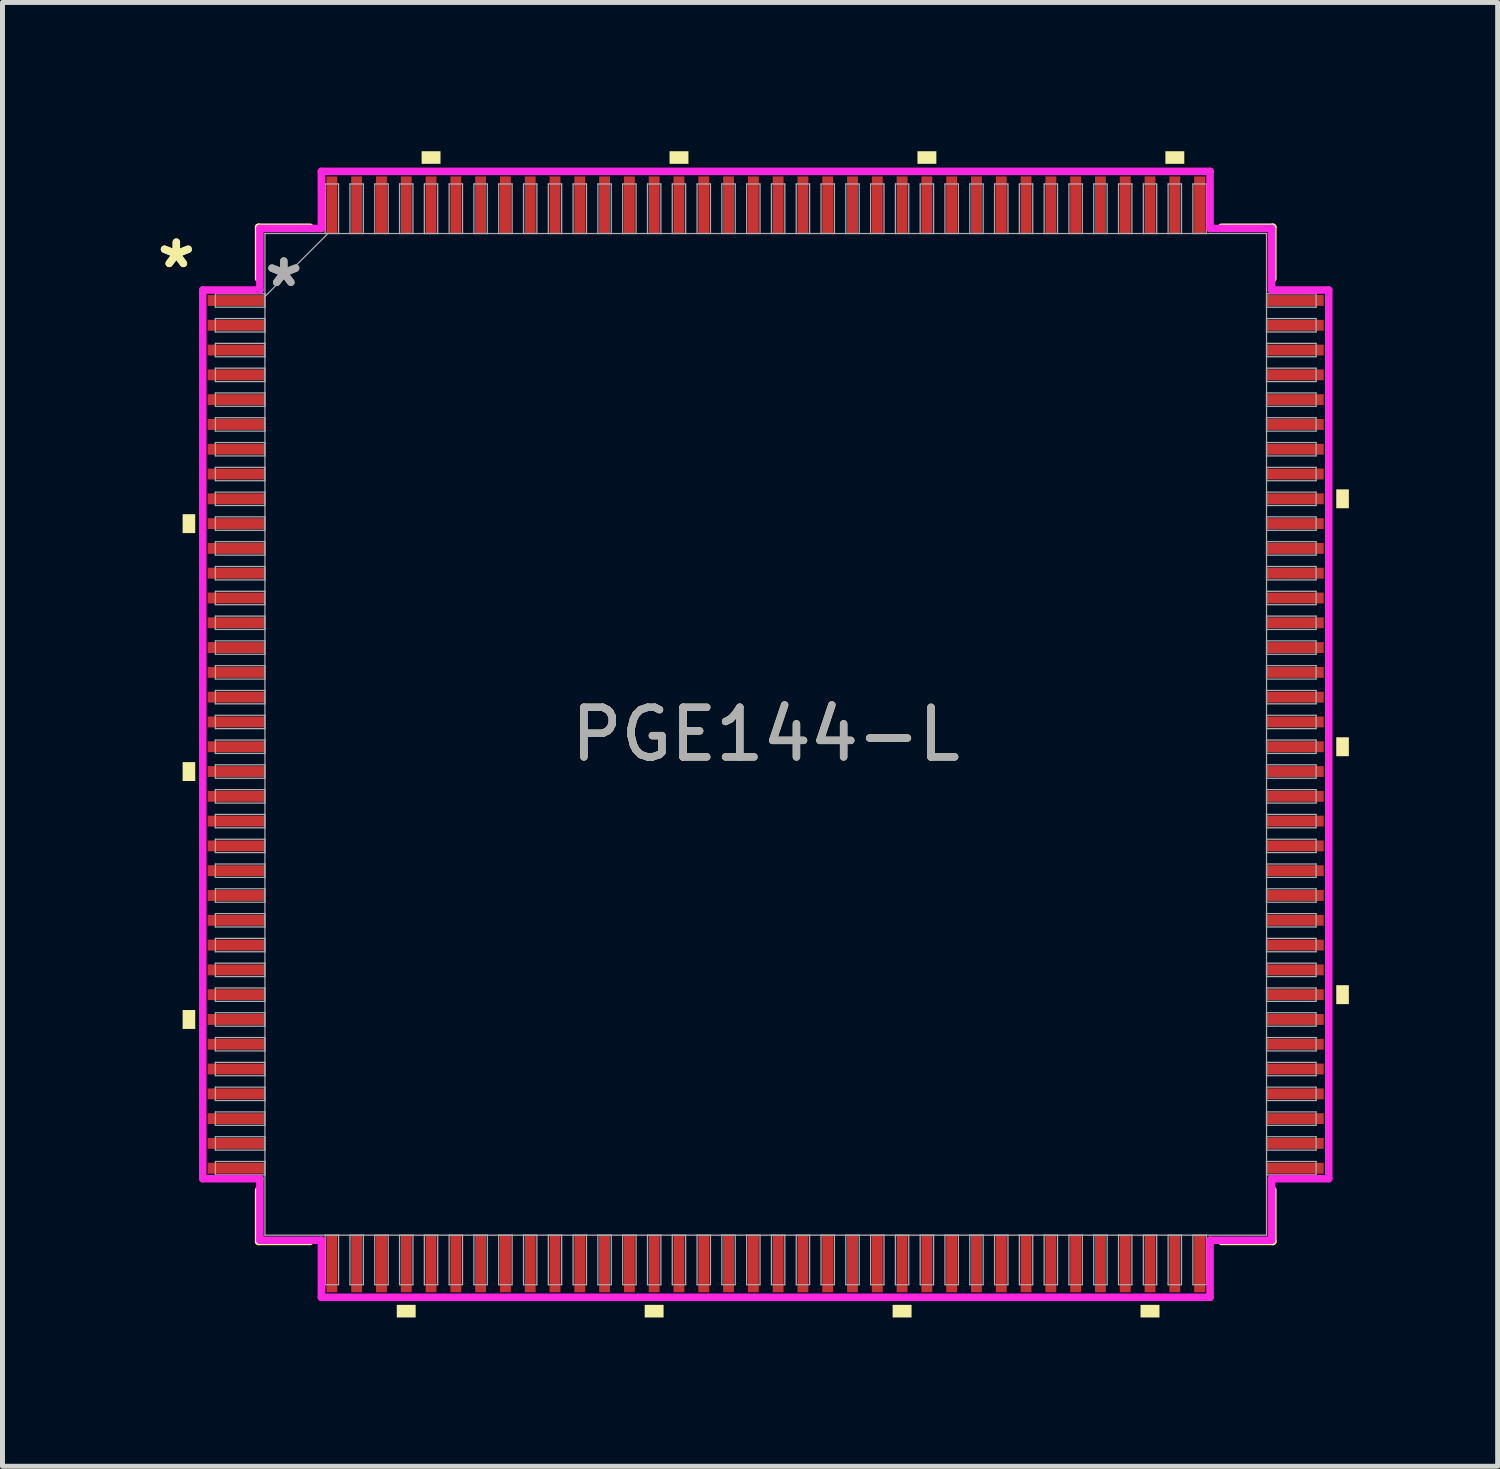
<source format=kicad_pcb>
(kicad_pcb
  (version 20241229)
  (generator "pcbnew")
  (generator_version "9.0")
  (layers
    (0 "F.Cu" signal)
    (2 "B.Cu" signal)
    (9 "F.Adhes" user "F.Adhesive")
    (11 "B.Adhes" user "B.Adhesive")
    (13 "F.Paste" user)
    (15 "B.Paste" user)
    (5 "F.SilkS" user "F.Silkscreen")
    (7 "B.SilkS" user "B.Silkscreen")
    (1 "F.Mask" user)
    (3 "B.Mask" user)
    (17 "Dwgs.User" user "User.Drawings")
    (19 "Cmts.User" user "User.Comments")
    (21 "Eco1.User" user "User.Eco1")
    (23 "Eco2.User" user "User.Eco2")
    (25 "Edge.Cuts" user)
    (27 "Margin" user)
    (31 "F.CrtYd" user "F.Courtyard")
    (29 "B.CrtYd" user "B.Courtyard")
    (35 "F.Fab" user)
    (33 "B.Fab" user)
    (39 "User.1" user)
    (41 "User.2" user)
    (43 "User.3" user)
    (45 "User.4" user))
  (footprint "PGE144-L"
    (layer "F.Cu")
    (at 12.393 11.76)
    (property "Reference" "PGE144-L" (at 0 0 0) (unlocked yes) (layer "F.SilkS") (effects (font (size 1 1) (thickness 0.15))))
    (attr smd)
    (fp_line (start -10.227 -10.227) (end -10.227 -9.192) (stroke (width 0.152) (type solid)) (layer "F.SilkS"))
    (fp_line (start -10.227 9.192) (end -10.227 10.227) (stroke (width 0.152) (type solid)) (layer "F.SilkS"))
    (fp_line (start -10.227 10.227) (end -9.192 10.227) (stroke (width 0.152) (type solid)) (layer "F.SilkS"))
    (fp_line (start -9.192 -10.227) (end -10.227 -10.227) (stroke (width 0.152) (type solid)) (layer "F.SilkS"))
    (fp_line (start 9.192 10.227) (end 10.227 10.227) (stroke (width 0.152) (type solid)) (layer "F.SilkS"))
    (fp_line (start 10.227 -10.227) (end 9.192 -10.227) (stroke (width 0.152) (type solid)) (layer "F.SilkS"))
    (fp_line (start 10.227 -9.192) (end 10.227 -10.227) (stroke (width 0.152) (type solid)) (layer "F.SilkS"))
    (fp_line (start 10.227 10.227) (end 10.227 9.192) (stroke (width 0.152) (type solid)) (layer "F.SilkS"))
    (fp_poly (pts (xy -11.76 -4.44) (xy -11.76 -4.059) (xy -11.506 -4.059) (xy -11.506 -4.44)) (stroke (width 0) (type solid)) (fill yes) (layer "F.SilkS"))
    (fp_poly (pts (xy -11.76 0.56) (xy -11.76 0.941) (xy -11.506 0.941) (xy -11.506 0.56)) (stroke (width 0) (type solid)) (fill yes) (layer "F.SilkS"))
    (fp_poly (pts (xy -11.76 5.56) (xy -11.76 5.941) (xy -11.506 5.941) (xy -11.506 5.56)) (stroke (width 0) (type solid)) (fill yes) (layer "F.SilkS"))
    (fp_poly (pts (xy -7.441 11.506) (xy -7.441 11.76) (xy -7.06 11.76) (xy -7.06 11.506)) (stroke (width 0) (type solid)) (fill yes) (layer "F.SilkS"))
    (fp_poly (pts (xy -6.94 -11.506) (xy -6.94 -11.76) (xy -6.559 -11.76) (xy -6.559 -11.506)) (stroke (width 0) (type solid)) (fill yes) (layer "F.SilkS"))
    (fp_poly (pts (xy -2.441 11.506) (xy -2.441 11.76) (xy -2.06 11.76) (xy -2.06 11.506)) (stroke (width 0) (type solid)) (fill yes) (layer "F.SilkS"))
    (fp_poly (pts (xy -1.94 -11.506) (xy -1.94 -11.76) (xy -1.559 -11.76) (xy -1.559 -11.506)) (stroke (width 0) (type solid)) (fill yes) (layer "F.SilkS"))
    (fp_poly (pts (xy 2.559 11.506) (xy 2.559 11.76) (xy 2.941 11.76) (xy 2.941 11.506)) (stroke (width 0) (type solid)) (fill yes) (layer "F.SilkS"))
    (fp_poly (pts (xy 3.06 -11.506) (xy 3.06 -11.76) (xy 3.441 -11.76) (xy 3.441 -11.506)) (stroke (width 0) (type solid)) (fill yes) (layer "F.SilkS"))
    (fp_poly (pts (xy 7.559 11.506) (xy 7.559 11.76) (xy 7.941 11.76) (xy 7.941 11.506)) (stroke (width 0) (type solid)) (fill yes) (layer "F.SilkS"))
    (fp_poly (pts (xy 8.06 -11.506) (xy 8.06 -11.76) (xy 8.441 -11.76) (xy 8.441 -11.506)) (stroke (width 0) (type solid)) (fill yes) (layer "F.SilkS"))
    (fp_poly (pts (xy 11.76 -4.941) (xy 11.76 -4.56) (xy 11.506 -4.56) (xy 11.506 -4.941)) (stroke (width 0) (type solid)) (fill yes) (layer "F.SilkS"))
    (fp_poly (pts (xy 11.76 0.059) (xy 11.76 0.441) (xy 11.506 0.441) (xy 11.506 0.059)) (stroke (width 0) (type solid)) (fill yes) (layer "F.SilkS"))
    (fp_poly (pts (xy 11.76 5.059) (xy 11.76 5.441) (xy 11.506 5.441) (xy 11.506 5.059)) (stroke (width 0) (type solid)) (fill yes) (layer "F.SilkS"))
    (fp_line (start -11.354 -8.961) (end -10.202 -8.961) (stroke (width 0.152) (type solid)) (layer "F.CrtYd"))
    (fp_line (start -11.354 8.961) (end -11.354 -8.961) (stroke (width 0.152) (type solid)) (layer "F.CrtYd"))
    (fp_line (start -10.202 -10.202) (end -8.961 -10.202) (stroke (width 0.152) (type solid)) (layer "F.CrtYd"))
    (fp_line (start -10.202 -8.961) (end -10.202 -10.202) (stroke (width 0.152) (type solid)) (layer "F.CrtYd"))
    (fp_line (start -10.202 8.961) (end -11.354 8.961) (stroke (width 0.152) (type solid)) (layer "F.CrtYd"))
    (fp_line (start -10.202 10.202) (end -10.202 8.961) (stroke (width 0.152) (type solid)) (layer "F.CrtYd"))
    (fp_line (start -10.202 10.202) (end -8.961 10.202) (stroke (width 0.152) (type solid)) (layer "F.CrtYd"))
    (fp_line (start -8.961 -11.354) (end 8.961 -11.354) (stroke (width 0.152) (type solid)) (layer "F.CrtYd"))
    (fp_line (start -8.961 -10.202) (end -8.961 -11.354) (stroke (width 0.152) (type solid)) (layer "F.CrtYd"))
    (fp_line (start -8.961 10.202) (end -8.961 11.354) (stroke (width 0.152) (type solid)) (layer "F.CrtYd"))
    (fp_line (start -8.961 11.354) (end 8.961 11.354) (stroke (width 0.152) (type solid)) (layer "F.CrtYd"))
    (fp_line (start 8.961 -11.354) (end 8.961 -10.202) (stroke (width 0.152) (type solid)) (layer "F.CrtYd"))
    (fp_line (start 8.961 -10.202) (end 10.202 -10.202) (stroke (width 0.152) (type solid)) (layer "F.CrtYd"))
    (fp_line (start 8.961 10.202) (end 10.202 10.202) (stroke (width 0.152) (type solid)) (layer "F.CrtYd"))
    (fp_line (start 8.961 11.354) (end 8.961 10.202) (stroke (width 0.152) (type solid)) (layer "F.CrtYd"))
    (fp_line (start 10.202 -8.961) (end 10.202 -10.202) (stroke (width 0.152) (type solid)) (layer "F.CrtYd"))
    (fp_line (start 10.202 8.961) (end 11.354 8.961) (stroke (width 0.152) (type solid)) (layer "F.CrtYd"))
    (fp_line (start 10.202 10.202) (end 10.202 8.961) (stroke (width 0.152) (type solid)) (layer "F.CrtYd"))
    (fp_line (start 11.354 -8.961) (end 10.202 -8.961) (stroke (width 0.152) (type solid)) (layer "F.CrtYd"))
    (fp_line (start 11.354 8.961) (end 11.354 -8.961) (stroke (width 0.152) (type solid)) (layer "F.CrtYd"))
    (fp_line (start -11.1 -8.885) (end -11.1 -8.615) (stroke (width 0.025) (type solid)) (layer "F.Fab"))
    (fp_line (start -11.1 -8.615) (end -10.1 -8.615) (stroke (width 0.025) (type solid)) (layer "F.Fab"))
    (fp_line (start -11.1 -8.385) (end -11.1 -8.115) (stroke (width 0.025) (type solid)) (layer "F.Fab"))
    (fp_line (start -11.1 -8.115) (end -10.1 -8.115) (stroke (width 0.025) (type solid)) (layer "F.Fab"))
    (fp_line (start -11.1 -7.885) (end -11.1 -7.615) (stroke (width 0.025) (type solid)) (layer "F.Fab"))
    (fp_line (start -11.1 -7.615) (end -10.1 -7.615) (stroke (width 0.025) (type solid)) (layer "F.Fab"))
    (fp_line (start -11.1 -7.385) (end -11.1 -7.115) (stroke (width 0.025) (type solid)) (layer "F.Fab"))
    (fp_line (start -11.1 -7.115) (end -10.1 -7.115) (stroke (width 0.025) (type solid)) (layer "F.Fab"))
    (fp_line (start -11.1 -6.885) (end -11.1 -6.615) (stroke (width 0.025) (type solid)) (layer "F.Fab"))
    (fp_line (start -11.1 -6.615) (end -10.1 -6.615) (stroke (width 0.025) (type solid)) (layer "F.Fab"))
    (fp_line (start -11.1 -6.385) (end -11.1 -6.115) (stroke (width 0.025) (type solid)) (layer "F.Fab"))
    (fp_line (start -11.1 -6.115) (end -10.1 -6.115) (stroke (width 0.025) (type solid)) (layer "F.Fab"))
    (fp_line (start -11.1 -5.885) (end -11.1 -5.615) (stroke (width 0.025) (type solid)) (layer "F.Fab"))
    (fp_line (start -11.1 -5.615) (end -10.1 -5.615) (stroke (width 0.025) (type solid)) (layer "F.Fab"))
    (fp_line (start -11.1 -5.385) (end -11.1 -5.115) (stroke (width 0.025) (type solid)) (layer "F.Fab"))
    (fp_line (start -11.1 -5.115) (end -10.1 -5.115) (stroke (width 0.025) (type solid)) (layer "F.Fab"))
    (fp_line (start -11.1 -4.885) (end -11.1 -4.615) (stroke (width 0.025) (type solid)) (layer "F.Fab"))
    (fp_line (start -11.1 -4.615) (end -10.1 -4.615) (stroke (width 0.025) (type solid)) (layer "F.Fab"))
    (fp_line (start -11.1 -4.385) (end -11.1 -4.115) (stroke (width 0.025) (type solid)) (layer "F.Fab"))
    (fp_line (start -11.1 -4.115) (end -10.1 -4.115) (stroke (width 0.025) (type solid)) (layer "F.Fab"))
    (fp_line (start -11.1 -3.885) (end -11.1 -3.615) (stroke (width 0.025) (type solid)) (layer "F.Fab"))
    (fp_line (start -11.1 -3.615) (end -10.1 -3.615) (stroke (width 0.025) (type solid)) (layer "F.Fab"))
    (fp_line (start -11.1 -3.385) (end -11.1 -3.115) (stroke (width 0.025) (type solid)) (layer "F.Fab"))
    (fp_line (start -11.1 -3.115) (end -10.1 -3.115) (stroke (width 0.025) (type solid)) (layer "F.Fab"))
    (fp_line (start -11.1 -2.885) (end -11.1 -2.615) (stroke (width 0.025) (type solid)) (layer "F.Fab"))
    (fp_line (start -11.1 -2.615) (end -10.1 -2.615) (stroke (width 0.025) (type solid)) (layer "F.Fab"))
    (fp_line (start -11.1 -2.385) (end -11.1 -2.115) (stroke (width 0.025) (type solid)) (layer "F.Fab"))
    (fp_line (start -11.1 -2.115) (end -10.1 -2.115) (stroke (width 0.025) (type solid)) (layer "F.Fab"))
    (fp_line (start -11.1 -1.885) (end -11.1 -1.615) (stroke (width 0.025) (type solid)) (layer "F.Fab"))
    (fp_line (start -11.1 -1.615) (end -10.1 -1.615) (stroke (width 0.025) (type solid)) (layer "F.Fab"))
    (fp_line (start -11.1 -1.385) (end -11.1 -1.115) (stroke (width 0.025) (type solid)) (layer "F.Fab"))
    (fp_line (start -11.1 -1.115) (end -10.1 -1.115) (stroke (width 0.025) (type solid)) (layer "F.Fab"))
    (fp_line (start -11.1 -0.885) (end -11.1 -0.615) (stroke (width 0.025) (type solid)) (layer "F.Fab"))
    (fp_line (start -11.1 -0.615) (end -10.1 -0.615) (stroke (width 0.025) (type solid)) (layer "F.Fab"))
    (fp_line (start -11.1 -0.385) (end -11.1 -0.115) (stroke (width 0.025) (type solid)) (layer "F.Fab"))
    (fp_line (start -11.1 -0.115) (end -10.1 -0.115) (stroke (width 0.025) (type solid)) (layer "F.Fab"))
    (fp_line (start -11.1 0.115) (end -11.1 0.385) (stroke (width 0.025) (type solid)) (layer "F.Fab"))
    (fp_line (start -11.1 0.385) (end -10.1 0.385) (stroke (width 0.025) (type solid)) (layer "F.Fab"))
    (fp_line (start -11.1 0.615) (end -11.1 0.885) (stroke (width 0.025) (type solid)) (layer "F.Fab"))
    (fp_line (start -11.1 0.885) (end -10.1 0.885) (stroke (width 0.025) (type solid)) (layer "F.Fab"))
    (fp_line (start -11.1 1.115) (end -11.1 1.385) (stroke (width 0.025) (type solid)) (layer "F.Fab"))
    (fp_line (start -11.1 1.385) (end -10.1 1.385) (stroke (width 0.025) (type solid)) (layer "F.Fab"))
    (fp_line (start -11.1 1.615) (end -11.1 1.885) (stroke (width 0.025) (type solid)) (layer "F.Fab"))
    (fp_line (start -11.1 1.885) (end -10.1 1.885) (stroke (width 0.025) (type solid)) (layer "F.Fab"))
    (fp_line (start -11.1 2.115) (end -11.1 2.385) (stroke (width 0.025) (type solid)) (layer "F.Fab"))
    (fp_line (start -11.1 2.385) (end -10.1 2.385) (stroke (width 0.025) (type solid)) (layer "F.Fab"))
    (fp_line (start -11.1 2.615) (end -11.1 2.885) (stroke (width 0.025) (type solid)) (layer "F.Fab"))
    (fp_line (start -11.1 2.885) (end -10.1 2.885) (stroke (width 0.025) (type solid)) (layer "F.Fab"))
    (fp_line (start -11.1 3.115) (end -11.1 3.385) (stroke (width 0.025) (type solid)) (layer "F.Fab"))
    (fp_line (start -11.1 3.385) (end -10.1 3.385) (stroke (width 0.025) (type solid)) (layer "F.Fab"))
    (fp_line (start -11.1 3.615) (end -11.1 3.885) (stroke (width 0.025) (type solid)) (layer "F.Fab"))
    (fp_line (start -11.1 3.885) (end -10.1 3.885) (stroke (width 0.025) (type solid)) (layer "F.Fab"))
    (fp_line (start -11.1 4.115) (end -11.1 4.385) (stroke (width 0.025) (type solid)) (layer "F.Fab"))
    (fp_line (start -11.1 4.385) (end -10.1 4.385) (stroke (width 0.025) (type solid)) (layer "F.Fab"))
    (fp_line (start -11.1 4.615) (end -11.1 4.885) (stroke (width 0.025) (type solid)) (layer "F.Fab"))
    (fp_line (start -11.1 4.885) (end -10.1 4.885) (stroke (width 0.025) (type solid)) (layer "F.Fab"))
    (fp_line (start -11.1 5.115) (end -11.1 5.385) (stroke (width 0.025) (type solid)) (layer "F.Fab"))
    (fp_line (start -11.1 5.385) (end -10.1 5.385) (stroke (width 0.025) (type solid)) (layer "F.Fab"))
    (fp_line (start -11.1 5.615) (end -11.1 5.885) (stroke (width 0.025) (type solid)) (layer "F.Fab"))
    (fp_line (start -11.1 5.885) (end -10.1 5.885) (stroke (width 0.025) (type solid)) (layer "F.Fab"))
    (fp_line (start -11.1 6.115) (end -11.1 6.385) (stroke (width 0.025) (type solid)) (layer "F.Fab"))
    (fp_line (start -11.1 6.385) (end -10.1 6.385) (stroke (width 0.025) (type solid)) (layer "F.Fab"))
    (fp_line (start -11.1 6.615) (end -11.1 6.885) (stroke (width 0.025) (type solid)) (layer "F.Fab"))
    (fp_line (start -11.1 6.885) (end -10.1 6.885) (stroke (width 0.025) (type solid)) (layer "F.Fab"))
    (fp_line (start -11.1 7.115) (end -11.1 7.385) (stroke (width 0.025) (type solid)) (layer "F.Fab"))
    (fp_line (start -11.1 7.385) (end -10.1 7.385) (stroke (width 0.025) (type solid)) (layer "F.Fab"))
    (fp_line (start -11.1 7.615) (end -11.1 7.885) (stroke (width 0.025) (type solid)) (layer "F.Fab"))
    (fp_line (start -11.1 7.885) (end -10.1 7.885) (stroke (width 0.025) (type solid)) (layer "F.Fab"))
    (fp_line (start -11.1 8.115) (end -11.1 8.385) (stroke (width 0.025) (type solid)) (layer "F.Fab"))
    (fp_line (start -11.1 8.385) (end -10.1 8.385) (stroke (width 0.025) (type solid)) (layer "F.Fab"))
    (fp_line (start -11.1 8.615) (end -11.1 8.885) (stroke (width 0.025) (type solid)) (layer "F.Fab"))
    (fp_line (start -11.1 8.885) (end -10.1 8.885) (stroke (width 0.025) (type solid)) (layer "F.Fab"))
    (fp_line (start -10.1 -10.1) (end -10.1 10.1) (stroke (width 0.025) (type solid)) (layer "F.Fab"))
    (fp_line (start -10.1 -8.885) (end -11.1 -8.885) (stroke (width 0.025) (type solid)) (layer "F.Fab"))
    (fp_line (start -10.1 -8.83) (end -8.83 -10.1) (stroke (width 0.025) (type solid)) (layer "F.Fab"))
    (fp_line (start -10.1 -8.615) (end -10.1 -8.885) (stroke (width 0.025) (type solid)) (layer "F.Fab"))
    (fp_line (start -10.1 -8.385) (end -11.1 -8.385) (stroke (width 0.025) (type solid)) (layer "F.Fab"))
    (fp_line (start -10.1 -8.115) (end -10.1 -8.385) (stroke (width 0.025) (type solid)) (layer "F.Fab"))
    (fp_line (start -10.1 -7.885) (end -11.1 -7.885) (stroke (width 0.025) (type solid)) (layer "F.Fab"))
    (fp_line (start -10.1 -7.615) (end -10.1 -7.885) (stroke (width 0.025) (type solid)) (layer "F.Fab"))
    (fp_line (start -10.1 -7.385) (end -11.1 -7.385) (stroke (width 0.025) (type solid)) (layer "F.Fab"))
    (fp_line (start -10.1 -7.115) (end -10.1 -7.385) (stroke (width 0.025) (type solid)) (layer "F.Fab"))
    (fp_line (start -10.1 -6.885) (end -11.1 -6.885) (stroke (width 0.025) (type solid)) (layer "F.Fab"))
    (fp_line (start -10.1 -6.615) (end -10.1 -6.885) (stroke (width 0.025) (type solid)) (layer "F.Fab"))
    (fp_line (start -10.1 -6.385) (end -11.1 -6.385) (stroke (width 0.025) (type solid)) (layer "F.Fab"))
    (fp_line (start -10.1 -6.115) (end -10.1 -6.385) (stroke (width 0.025) (type solid)) (layer "F.Fab"))
    (fp_line (start -10.1 -5.885) (end -11.1 -5.885) (stroke (width 0.025) (type solid)) (layer "F.Fab"))
    (fp_line (start -10.1 -5.615) (end -10.1 -5.885) (stroke (width 0.025) (type solid)) (layer "F.Fab"))
    (fp_line (start -10.1 -5.385) (end -11.1 -5.385) (stroke (width 0.025) (type solid)) (layer "F.Fab"))
    (fp_line (start -10.1 -5.115) (end -10.1 -5.385) (stroke (width 0.025) (type solid)) (layer "F.Fab"))
    (fp_line (start -10.1 -4.885) (end -11.1 -4.885) (stroke (width 0.025) (type solid)) (layer "F.Fab"))
    (fp_line (start -10.1 -4.615) (end -10.1 -4.885) (stroke (width 0.025) (type solid)) (layer "F.Fab"))
    (fp_line (start -10.1 -4.385) (end -11.1 -4.385) (stroke (width 0.025) (type solid)) (layer "F.Fab"))
    (fp_line (start -10.1 -4.115) (end -10.1 -4.385) (stroke (width 0.025) (type solid)) (layer "F.Fab"))
    (fp_line (start -10.1 -3.885) (end -11.1 -3.885) (stroke (width 0.025) (type solid)) (layer "F.Fab"))
    (fp_line (start -10.1 -3.615) (end -10.1 -3.885) (stroke (width 0.025) (type solid)) (layer "F.Fab"))
    (fp_line (start -10.1 -3.385) (end -11.1 -3.385) (stroke (width 0.025) (type solid)) (layer "F.Fab"))
    (fp_line (start -10.1 -3.115) (end -10.1 -3.385) (stroke (width 0.025) (type solid)) (layer "F.Fab"))
    (fp_line (start -10.1 -2.885) (end -11.1 -2.885) (stroke (width 0.025) (type solid)) (layer "F.Fab"))
    (fp_line (start -10.1 -2.615) (end -10.1 -2.885) (stroke (width 0.025) (type solid)) (layer "F.Fab"))
    (fp_line (start -10.1 -2.385) (end -11.1 -2.385) (stroke (width 0.025) (type solid)) (layer "F.Fab"))
    (fp_line (start -10.1 -2.115) (end -10.1 -2.385) (stroke (width 0.025) (type solid)) (layer "F.Fab"))
    (fp_line (start -10.1 -1.885) (end -11.1 -1.885) (stroke (width 0.025) (type solid)) (layer "F.Fab"))
    (fp_line (start -10.1 -1.615) (end -10.1 -1.885) (stroke (width 0.025) (type solid)) (layer "F.Fab"))
    (fp_line (start -10.1 -1.385) (end -11.1 -1.385) (stroke (width 0.025) (type solid)) (layer "F.Fab"))
    (fp_line (start -10.1 -1.115) (end -10.1 -1.385) (stroke (width 0.025) (type solid)) (layer "F.Fab"))
    (fp_line (start -10.1 -0.885) (end -11.1 -0.885) (stroke (width 0.025) (type solid)) (layer "F.Fab"))
    (fp_line (start -10.1 -0.615) (end -10.1 -0.885) (stroke (width 0.025) (type solid)) (layer "F.Fab"))
    (fp_line (start -10.1 -0.385) (end -11.1 -0.385) (stroke (width 0.025) (type solid)) (layer "F.Fab"))
    (fp_line (start -10.1 -0.115) (end -10.1 -0.385) (stroke (width 0.025) (type solid)) (layer "F.Fab"))
    (fp_line (start -10.1 0.115) (end -11.1 0.115) (stroke (width 0.025) (type solid)) (layer "F.Fab"))
    (fp_line (start -10.1 0.385) (end -10.1 0.115) (stroke (width 0.025) (type solid)) (layer "F.Fab"))
    (fp_line (start -10.1 0.615) (end -11.1 0.615) (stroke (width 0.025) (type solid)) (layer "F.Fab"))
    (fp_line (start -10.1 0.885) (end -10.1 0.615) (stroke (width 0.025) (type solid)) (layer "F.Fab"))
    (fp_line (start -10.1 1.115) (end -11.1 1.115) (stroke (width 0.025) (type solid)) (layer "F.Fab"))
    (fp_line (start -10.1 1.385) (end -10.1 1.115) (stroke (width 0.025) (type solid)) (layer "F.Fab"))
    (fp_line (start -10.1 1.615) (end -11.1 1.615) (stroke (width 0.025) (type solid)) (layer "F.Fab"))
    (fp_line (start -10.1 1.885) (end -10.1 1.615) (stroke (width 0.025) (type solid)) (layer "F.Fab"))
    (fp_line (start -10.1 2.115) (end -11.1 2.115) (stroke (width 0.025) (type solid)) (layer "F.Fab"))
    (fp_line (start -10.1 2.385) (end -10.1 2.115) (stroke (width 0.025) (type solid)) (layer "F.Fab"))
    (fp_line (start -10.1 2.615) (end -11.1 2.615) (stroke (width 0.025) (type solid)) (layer "F.Fab"))
    (fp_line (start -10.1 2.885) (end -10.1 2.615) (stroke (width 0.025) (type solid)) (layer "F.Fab"))
    (fp_line (start -10.1 3.115) (end -11.1 3.115) (stroke (width 0.025) (type solid)) (layer "F.Fab"))
    (fp_line (start -10.1 3.385) (end -10.1 3.115) (stroke (width 0.025) (type solid)) (layer "F.Fab"))
    (fp_line (start -10.1 3.615) (end -11.1 3.615) (stroke (width 0.025) (type solid)) (layer "F.Fab"))
    (fp_line (start -10.1 3.885) (end -10.1 3.615) (stroke (width 0.025) (type solid)) (layer "F.Fab"))
    (fp_line (start -10.1 4.115) (end -11.1 4.115) (stroke (width 0.025) (type solid)) (layer "F.Fab"))
    (fp_line (start -10.1 4.385) (end -10.1 4.115) (stroke (width 0.025) (type solid)) (layer "F.Fab"))
    (fp_line (start -10.1 4.615) (end -11.1 4.615) (stroke (width 0.025) (type solid)) (layer "F.Fab"))
    (fp_line (start -10.1 4.885) (end -10.1 4.615) (stroke (width 0.025) (type solid)) (layer "F.Fab"))
    (fp_line (start -10.1 5.115) (end -11.1 5.115) (stroke (width 0.025) (type solid)) (layer "F.Fab"))
    (fp_line (start -10.1 5.385) (end -10.1 5.115) (stroke (width 0.025) (type solid)) (layer "F.Fab"))
    (fp_line (start -10.1 5.615) (end -11.1 5.615) (stroke (width 0.025) (type solid)) (layer "F.Fab"))
    (fp_line (start -10.1 5.885) (end -10.1 5.615) (stroke (width 0.025) (type solid)) (layer "F.Fab"))
    (fp_line (start -10.1 6.115) (end -11.1 6.115) (stroke (width 0.025) (type solid)) (layer "F.Fab"))
    (fp_line (start -10.1 6.385) (end -10.1 6.115) (stroke (width 0.025) (type solid)) (layer "F.Fab"))
    (fp_line (start -10.1 6.615) (end -11.1 6.615) (stroke (width 0.025) (type solid)) (layer "F.Fab"))
    (fp_line (start -10.1 6.885) (end -10.1 6.615) (stroke (width 0.025) (type solid)) (layer "F.Fab"))
    (fp_line (start -10.1 7.115) (end -11.1 7.115) (stroke (width 0.025) (type solid)) (layer "F.Fab"))
    (fp_line (start -10.1 7.385) (end -10.1 7.115) (stroke (width 0.025) (type solid)) (layer "F.Fab"))
    (fp_line (start -10.1 7.615) (end -11.1 7.615) (stroke (width 0.025) (type solid)) (layer "F.Fab"))
    (fp_line (start -10.1 7.885) (end -10.1 7.615) (stroke (width 0.025) (type solid)) (layer "F.Fab"))
    (fp_line (start -10.1 8.115) (end -11.1 8.115) (stroke (width 0.025) (type solid)) (layer "F.Fab"))
    (fp_line (start -10.1 8.385) (end -10.1 8.115) (stroke (width 0.025) (type solid)) (layer "F.Fab"))
    (fp_line (start -10.1 8.615) (end -11.1 8.615) (stroke (width 0.025) (type solid)) (layer "F.Fab"))
    (fp_line (start -10.1 8.885) (end -10.1 8.615) (stroke (width 0.025) (type solid)) (layer "F.Fab"))
    (fp_line (start -10.1 10.1) (end 10.1 10.1) (stroke (width 0.025) (type solid)) (layer "F.Fab"))
    (fp_line (start -8.885 -11.1) (end -8.885 -10.1) (stroke (width 0.025) (type solid)) (layer "F.Fab"))
    (fp_line (start -8.885 -10.1) (end -8.615 -10.1) (stroke (width 0.025) (type solid)) (layer "F.Fab"))
    (fp_line (start -8.885 10.1) (end -8.885 11.1) (stroke (width 0.025) (type solid)) (layer "F.Fab"))
    (fp_line (start -8.885 11.1) (end -8.615 11.1) (stroke (width 0.025) (type solid)) (layer "F.Fab"))
    (fp_line (start -8.615 -11.1) (end -8.885 -11.1) (stroke (width 0.025) (type solid)) (layer "F.Fab"))
    (fp_line (start -8.615 -10.1) (end -8.615 -11.1) (stroke (width 0.025) (type solid)) (layer "F.Fab"))
    (fp_line (start -8.615 10.1) (end -8.885 10.1) (stroke (width 0.025) (type solid)) (layer "F.Fab"))
    (fp_line (start -8.615 11.1) (end -8.615 10.1) (stroke (width 0.025) (type solid)) (layer "F.Fab"))
    (fp_line (start -8.385 -11.1) (end -8.385 -10.1) (stroke (width 0.025) (type solid)) (layer "F.Fab"))
    (fp_line (start -8.385 -10.1) (end -8.115 -10.1) (stroke (width 0.025) (type solid)) (layer "F.Fab"))
    (fp_line (start -8.385 10.1) (end -8.385 11.1) (stroke (width 0.025) (type solid)) (layer "F.Fab"))
    (fp_line (start -8.385 11.1) (end -8.115 11.1) (stroke (width 0.025) (type solid)) (layer "F.Fab"))
    (fp_line (start -8.115 -11.1) (end -8.385 -11.1) (stroke (width 0.025) (type solid)) (layer "F.Fab"))
    (fp_line (start -8.115 -10.1) (end -8.115 -11.1) (stroke (width 0.025) (type solid)) (layer "F.Fab"))
    (fp_line (start -8.115 10.1) (end -8.385 10.1) (stroke (width 0.025) (type solid)) (layer "F.Fab"))
    (fp_line (start -8.115 11.1) (end -8.115 10.1) (stroke (width 0.025) (type solid)) (layer "F.Fab"))
    (fp_line (start -7.885 -11.1) (end -7.885 -10.1) (stroke (width 0.025) (type solid)) (layer "F.Fab"))
    (fp_line (start -7.885 -10.1) (end -7.615 -10.1) (stroke (width 0.025) (type solid)) (layer "F.Fab"))
    (fp_line (start -7.885 10.1) (end -7.885 11.1) (stroke (width 0.025) (type solid)) (layer "F.Fab"))
    (fp_line (start -7.885 11.1) (end -7.615 11.1) (stroke (width 0.025) (type solid)) (layer "F.Fab"))
    (fp_line (start -7.615 -11.1) (end -7.885 -11.1) (stroke (width 0.025) (type solid)) (layer "F.Fab"))
    (fp_line (start -7.615 -10.1) (end -7.615 -11.1) (stroke (width 0.025) (type solid)) (layer "F.Fab"))
    (fp_line (start -7.615 10.1) (end -7.885 10.1) (stroke (width 0.025) (type solid)) (layer "F.Fab"))
    (fp_line (start -7.615 11.1) (end -7.615 10.1) (stroke (width 0.025) (type solid)) (layer "F.Fab"))
    (fp_line (start -7.385 -11.1) (end -7.385 -10.1) (stroke (width 0.025) (type solid)) (layer "F.Fab"))
    (fp_line (start -7.385 -10.1) (end -7.115 -10.1) (stroke (width 0.025) (type solid)) (layer "F.Fab"))
    (fp_line (start -7.385 10.1) (end -7.385 11.1) (stroke (width 0.025) (type solid)) (layer "F.Fab"))
    (fp_line (start -7.385 11.1) (end -7.115 11.1) (stroke (width 0.025) (type solid)) (layer "F.Fab"))
    (fp_line (start -7.115 -11.1) (end -7.385 -11.1) (stroke (width 0.025) (type solid)) (layer "F.Fab"))
    (fp_line (start -7.115 -10.1) (end -7.115 -11.1) (stroke (width 0.025) (type solid)) (layer "F.Fab"))
    (fp_line (start -7.115 10.1) (end -7.385 10.1) (stroke (width 0.025) (type solid)) (layer "F.Fab"))
    (fp_line (start -7.115 11.1) (end -7.115 10.1) (stroke (width 0.025) (type solid)) (layer "F.Fab"))
    (fp_line (start -6.885 -11.1) (end -6.885 -10.1) (stroke (width 0.025) (type solid)) (layer "F.Fab"))
    (fp_line (start -6.885 -10.1) (end -6.615 -10.1) (stroke (width 0.025) (type solid)) (layer "F.Fab"))
    (fp_line (start -6.885 10.1) (end -6.885 11.1) (stroke (width 0.025) (type solid)) (layer "F.Fab"))
    (fp_line (start -6.885 11.1) (end -6.615 11.1) (stroke (width 0.025) (type solid)) (layer "F.Fab"))
    (fp_line (start -6.615 -11.1) (end -6.885 -11.1) (stroke (width 0.025) (type solid)) (layer "F.Fab"))
    (fp_line (start -6.615 -10.1) (end -6.615 -11.1) (stroke (width 0.025) (type solid)) (layer "F.Fab"))
    (fp_line (start -6.615 10.1) (end -6.885 10.1) (stroke (width 0.025) (type solid)) (layer "F.Fab"))
    (fp_line (start -6.615 11.1) (end -6.615 10.1) (stroke (width 0.025) (type solid)) (layer "F.Fab"))
    (fp_line (start -6.385 -11.1) (end -6.385 -10.1) (stroke (width 0.025) (type solid)) (layer "F.Fab"))
    (fp_line (start -6.385 -10.1) (end -6.115 -10.1) (stroke (width 0.025) (type solid)) (layer "F.Fab"))
    (fp_line (start -6.385 10.1) (end -6.385 11.1) (stroke (width 0.025) (type solid)) (layer "F.Fab"))
    (fp_line (start -6.385 11.1) (end -6.115 11.1) (stroke (width 0.025) (type solid)) (layer "F.Fab"))
    (fp_line (start -6.115 -11.1) (end -6.385 -11.1) (stroke (width 0.025) (type solid)) (layer "F.Fab"))
    (fp_line (start -6.115 -10.1) (end -6.115 -11.1) (stroke (width 0.025) (type solid)) (layer "F.Fab"))
    (fp_line (start -6.115 10.1) (end -6.385 10.1) (stroke (width 0.025) (type solid)) (layer "F.Fab"))
    (fp_line (start -6.115 11.1) (end -6.115 10.1) (stroke (width 0.025) (type solid)) (layer "F.Fab"))
    (fp_line (start -5.885 -11.1) (end -5.885 -10.1) (stroke (width 0.025) (type solid)) (layer "F.Fab"))
    (fp_line (start -5.885 -10.1) (end -5.615 -10.1) (stroke (width 0.025) (type solid)) (layer "F.Fab"))
    (fp_line (start -5.885 10.1) (end -5.885 11.1) (stroke (width 0.025) (type solid)) (layer "F.Fab"))
    (fp_line (start -5.885 11.1) (end -5.615 11.1) (stroke (width 0.025) (type solid)) (layer "F.Fab"))
    (fp_line (start -5.615 -11.1) (end -5.885 -11.1) (stroke (width 0.025) (type solid)) (layer "F.Fab"))
    (fp_line (start -5.615 -10.1) (end -5.615 -11.1) (stroke (width 0.025) (type solid)) (layer "F.Fab"))
    (fp_line (start -5.615 10.1) (end -5.885 10.1) (stroke (width 0.025) (type solid)) (layer "F.Fab"))
    (fp_line (start -5.615 11.1) (end -5.615 10.1) (stroke (width 0.025) (type solid)) (layer "F.Fab"))
    (fp_line (start -5.385 -11.1) (end -5.385 -10.1) (stroke (width 0.025) (type solid)) (layer "F.Fab"))
    (fp_line (start -5.385 -10.1) (end -5.115 -10.1) (stroke (width 0.025) (type solid)) (layer "F.Fab"))
    (fp_line (start -5.385 10.1) (end -5.385 11.1) (stroke (width 0.025) (type solid)) (layer "F.Fab"))
    (fp_line (start -5.385 11.1) (end -5.115 11.1) (stroke (width 0.025) (type solid)) (layer "F.Fab"))
    (fp_line (start -5.115 -11.1) (end -5.385 -11.1) (stroke (width 0.025) (type solid)) (layer "F.Fab"))
    (fp_line (start -5.115 -10.1) (end -5.115 -11.1) (stroke (width 0.025) (type solid)) (layer "F.Fab"))
    (fp_line (start -5.115 10.1) (end -5.385 10.1) (stroke (width 0.025) (type solid)) (layer "F.Fab"))
    (fp_line (start -5.115 11.1) (end -5.115 10.1) (stroke (width 0.025) (type solid)) (layer "F.Fab"))
    (fp_line (start -4.885 -11.1) (end -4.885 -10.1) (stroke (width 0.025) (type solid)) (layer "F.Fab"))
    (fp_line (start -4.885 -10.1) (end -4.615 -10.1) (stroke (width 0.025) (type solid)) (layer "F.Fab"))
    (fp_line (start -4.885 10.1) (end -4.885 11.1) (stroke (width 0.025) (type solid)) (layer "F.Fab"))
    (fp_line (start -4.885 11.1) (end -4.615 11.1) (stroke (width 0.025) (type solid)) (layer "F.Fab"))
    (fp_line (start -4.615 -11.1) (end -4.885 -11.1) (stroke (width 0.025) (type solid)) (layer "F.Fab"))
    (fp_line (start -4.615 -10.1) (end -4.615 -11.1) (stroke (width 0.025) (type solid)) (layer "F.Fab"))
    (fp_line (start -4.615 10.1) (end -4.885 10.1) (stroke (width 0.025) (type solid)) (layer "F.Fab"))
    (fp_line (start -4.615 11.1) (end -4.615 10.1) (stroke (width 0.025) (type solid)) (layer "F.Fab"))
    (fp_line (start -4.385 -11.1) (end -4.385 -10.1) (stroke (width 0.025) (type solid)) (layer "F.Fab"))
    (fp_line (start -4.385 -10.1) (end -4.115 -10.1) (stroke (width 0.025) (type solid)) (layer "F.Fab"))
    (fp_line (start -4.385 10.1) (end -4.385 11.1) (stroke (width 0.025) (type solid)) (layer "F.Fab"))
    (fp_line (start -4.385 11.1) (end -4.115 11.1) (stroke (width 0.025) (type solid)) (layer "F.Fab"))
    (fp_line (start -4.115 -11.1) (end -4.385 -11.1) (stroke (width 0.025) (type solid)) (layer "F.Fab"))
    (fp_line (start -4.115 -10.1) (end -4.115 -11.1) (stroke (width 0.025) (type solid)) (layer "F.Fab"))
    (fp_line (start -4.115 10.1) (end -4.385 10.1) (stroke (width 0.025) (type solid)) (layer "F.Fab"))
    (fp_line (start -4.115 11.1) (end -4.115 10.1) (stroke (width 0.025) (type solid)) (layer "F.Fab"))
    (fp_line (start -3.885 -11.1) (end -3.885 -10.1) (stroke (width 0.025) (type solid)) (layer "F.Fab"))
    (fp_line (start -3.885 -10.1) (end -3.615 -10.1) (stroke (width 0.025) (type solid)) (layer "F.Fab"))
    (fp_line (start -3.885 10.1) (end -3.885 11.1) (stroke (width 0.025) (type solid)) (layer "F.Fab"))
    (fp_line (start -3.885 11.1) (end -3.615 11.1) (stroke (width 0.025) (type solid)) (layer "F.Fab"))
    (fp_line (start -3.615 -11.1) (end -3.885 -11.1) (stroke (width 0.025) (type solid)) (layer "F.Fab"))
    (fp_line (start -3.615 -10.1) (end -3.615 -11.1) (stroke (width 0.025) (type solid)) (layer "F.Fab"))
    (fp_line (start -3.615 10.1) (end -3.885 10.1) (stroke (width 0.025) (type solid)) (layer "F.Fab"))
    (fp_line (start -3.615 11.1) (end -3.615 10.1) (stroke (width 0.025) (type solid)) (layer "F.Fab"))
    (fp_line (start -3.385 -11.1) (end -3.385 -10.1) (stroke (width 0.025) (type solid)) (layer "F.Fab"))
    (fp_line (start -3.385 -10.1) (end -3.115 -10.1) (stroke (width 0.025) (type solid)) (layer "F.Fab"))
    (fp_line (start -3.385 10.1) (end -3.385 11.1) (stroke (width 0.025) (type solid)) (layer "F.Fab"))
    (fp_line (start -3.385 11.1) (end -3.115 11.1) (stroke (width 0.025) (type solid)) (layer "F.Fab"))
    (fp_line (start -3.115 -11.1) (end -3.385 -11.1) (stroke (width 0.025) (type solid)) (layer "F.Fab"))
    (fp_line (start -3.115 -10.1) (end -3.115 -11.1) (stroke (width 0.025) (type solid)) (layer "F.Fab"))
    (fp_line (start -3.115 10.1) (end -3.385 10.1) (stroke (width 0.025) (type solid)) (layer "F.Fab"))
    (fp_line (start -3.115 11.1) (end -3.115 10.1) (stroke (width 0.025) (type solid)) (layer "F.Fab"))
    (fp_line (start -2.885 -11.1) (end -2.885 -10.1) (stroke (width 0.025) (type solid)) (layer "F.Fab"))
    (fp_line (start -2.885 -10.1) (end -2.615 -10.1) (stroke (width 0.025) (type solid)) (layer "F.Fab"))
    (fp_line (start -2.885 10.1) (end -2.885 11.1) (stroke (width 0.025) (type solid)) (layer "F.Fab"))
    (fp_line (start -2.885 11.1) (end -2.615 11.1) (stroke (width 0.025) (type solid)) (layer "F.Fab"))
    (fp_line (start -2.615 -11.1) (end -2.885 -11.1) (stroke (width 0.025) (type solid)) (layer "F.Fab"))
    (fp_line (start -2.615 -10.1) (end -2.615 -11.1) (stroke (width 0.025) (type solid)) (layer "F.Fab"))
    (fp_line (start -2.615 10.1) (end -2.885 10.1) (stroke (width 0.025) (type solid)) (layer "F.Fab"))
    (fp_line (start -2.615 11.1) (end -2.615 10.1) (stroke (width 0.025) (type solid)) (layer "F.Fab"))
    (fp_line (start -2.385 -11.1) (end -2.385 -10.1) (stroke (width 0.025) (type solid)) (layer "F.Fab"))
    (fp_line (start -2.385 -10.1) (end -2.115 -10.1) (stroke (width 0.025) (type solid)) (layer "F.Fab"))
    (fp_line (start -2.385 10.1) (end -2.385 11.1) (stroke (width 0.025) (type solid)) (layer "F.Fab"))
    (fp_line (start -2.385 11.1) (end -2.115 11.1) (stroke (width 0.025) (type solid)) (layer "F.Fab"))
    (fp_line (start -2.115 -11.1) (end -2.385 -11.1) (stroke (width 0.025) (type solid)) (layer "F.Fab"))
    (fp_line (start -2.115 -10.1) (end -2.115 -11.1) (stroke (width 0.025) (type solid)) (layer "F.Fab"))
    (fp_line (start -2.115 10.1) (end -2.385 10.1) (stroke (width 0.025) (type solid)) (layer "F.Fab"))
    (fp_line (start -2.115 11.1) (end -2.115 10.1) (stroke (width 0.025) (type solid)) (layer "F.Fab"))
    (fp_line (start -1.885 -11.1) (end -1.885 -10.1) (stroke (width 0.025) (type solid)) (layer "F.Fab"))
    (fp_line (start -1.885 -10.1) (end -1.615 -10.1) (stroke (width 0.025) (type solid)) (layer "F.Fab"))
    (fp_line (start -1.885 10.1) (end -1.885 11.1) (stroke (width 0.025) (type solid)) (layer "F.Fab"))
    (fp_line (start -1.885 11.1) (end -1.615 11.1) (stroke (width 0.025) (type solid)) (layer "F.Fab"))
    (fp_line (start -1.615 -11.1) (end -1.885 -11.1) (stroke (width 0.025) (type solid)) (layer "F.Fab"))
    (fp_line (start -1.615 -10.1) (end -1.615 -11.1) (stroke (width 0.025) (type solid)) (layer "F.Fab"))
    (fp_line (start -1.615 10.1) (end -1.885 10.1) (stroke (width 0.025) (type solid)) (layer "F.Fab"))
    (fp_line (start -1.615 11.1) (end -1.615 10.1) (stroke (width 0.025) (type solid)) (layer "F.Fab"))
    (fp_line (start -1.385 -11.1) (end -1.385 -10.1) (stroke (width 0.025) (type solid)) (layer "F.Fab"))
    (fp_line (start -1.385 -10.1) (end -1.115 -10.1) (stroke (width 0.025) (type solid)) (layer "F.Fab"))
    (fp_line (start -1.385 10.1) (end -1.385 11.1) (stroke (width 0.025) (type solid)) (layer "F.Fab"))
    (fp_line (start -1.385 11.1) (end -1.115 11.1) (stroke (width 0.025) (type solid)) (layer "F.Fab"))
    (fp_line (start -1.115 -11.1) (end -1.385 -11.1) (stroke (width 0.025) (type solid)) (layer "F.Fab"))
    (fp_line (start -1.115 -10.1) (end -1.115 -11.1) (stroke (width 0.025) (type solid)) (layer "F.Fab"))
    (fp_line (start -1.115 10.1) (end -1.385 10.1) (stroke (width 0.025) (type solid)) (layer "F.Fab"))
    (fp_line (start -1.115 11.1) (end -1.115 10.1) (stroke (width 0.025) (type solid)) (layer "F.Fab"))
    (fp_line (start -0.885 -11.1) (end -0.885 -10.1) (stroke (width 0.025) (type solid)) (layer "F.Fab"))
    (fp_line (start -0.885 -10.1) (end -0.615 -10.1) (stroke (width 0.025) (type solid)) (layer "F.Fab"))
    (fp_line (start -0.885 10.1) (end -0.885 11.1) (stroke (width 0.025) (type solid)) (layer "F.Fab"))
    (fp_line (start -0.885 11.1) (end -0.615 11.1) (stroke (width 0.025) (type solid)) (layer "F.Fab"))
    (fp_line (start -0.615 -11.1) (end -0.885 -11.1) (stroke (width 0.025) (type solid)) (layer "F.Fab"))
    (fp_line (start -0.615 -10.1) (end -0.615 -11.1) (stroke (width 0.025) (type solid)) (layer "F.Fab"))
    (fp_line (start -0.615 10.1) (end -0.885 10.1) (stroke (width 0.025) (type solid)) (layer "F.Fab"))
    (fp_line (start -0.615 11.1) (end -0.615 10.1) (stroke (width 0.025) (type solid)) (layer "F.Fab"))
    (fp_line (start -0.385 -11.1) (end -0.385 -10.1) (stroke (width 0.025) (type solid)) (layer "F.Fab"))
    (fp_line (start -0.385 -10.1) (end -0.115 -10.1) (stroke (width 0.025) (type solid)) (layer "F.Fab"))
    (fp_line (start -0.385 10.1) (end -0.385 11.1) (stroke (width 0.025) (type solid)) (layer "F.Fab"))
    (fp_line (start -0.385 11.1) (end -0.115 11.1) (stroke (width 0.025) (type solid)) (layer "F.Fab"))
    (fp_line (start -0.115 -11.1) (end -0.385 -11.1) (stroke (width 0.025) (type solid)) (layer "F.Fab"))
    (fp_line (start -0.115 -10.1) (end -0.115 -11.1) (stroke (width 0.025) (type solid)) (layer "F.Fab"))
    (fp_line (start -0.115 10.1) (end -0.385 10.1) (stroke (width 0.025) (type solid)) (layer "F.Fab"))
    (fp_line (start -0.115 11.1) (end -0.115 10.1) (stroke (width 0.025) (type solid)) (layer "F.Fab"))
    (fp_line (start 0.115 -11.1) (end 0.115 -10.1) (stroke (width 0.025) (type solid)) (layer "F.Fab"))
    (fp_line (start 0.115 -10.1) (end 0.385 -10.1) (stroke (width 0.025) (type solid)) (layer "F.Fab"))
    (fp_line (start 0.115 10.1) (end 0.115 11.1) (stroke (width 0.025) (type solid)) (layer "F.Fab"))
    (fp_line (start 0.115 11.1) (end 0.385 11.1) (stroke (width 0.025) (type solid)) (layer "F.Fab"))
    (fp_line (start 0.385 -11.1) (end 0.115 -11.1) (stroke (width 0.025) (type solid)) (layer "F.Fab"))
    (fp_line (start 0.385 -10.1) (end 0.385 -11.1) (stroke (width 0.025) (type solid)) (layer "F.Fab"))
    (fp_line (start 0.385 10.1) (end 0.115 10.1) (stroke (width 0.025) (type solid)) (layer "F.Fab"))
    (fp_line (start 0.385 11.1) (end 0.385 10.1) (stroke (width 0.025) (type solid)) (layer "F.Fab"))
    (fp_line (start 0.615 -11.1) (end 0.615 -10.1) (stroke (width 0.025) (type solid)) (layer "F.Fab"))
    (fp_line (start 0.615 -10.1) (end 0.885 -10.1) (stroke (width 0.025) (type solid)) (layer "F.Fab"))
    (fp_line (start 0.615 10.1) (end 0.615 11.1) (stroke (width 0.025) (type solid)) (layer "F.Fab"))
    (fp_line (start 0.615 11.1) (end 0.885 11.1) (stroke (width 0.025) (type solid)) (layer "F.Fab"))
    (fp_line (start 0.885 -11.1) (end 0.615 -11.1) (stroke (width 0.025) (type solid)) (layer "F.Fab"))
    (fp_line (start 0.885 -10.1) (end 0.885 -11.1) (stroke (width 0.025) (type solid)) (layer "F.Fab"))
    (fp_line (start 0.885 10.1) (end 0.615 10.1) (stroke (width 0.025) (type solid)) (layer "F.Fab"))
    (fp_line (start 0.885 11.1) (end 0.885 10.1) (stroke (width 0.025) (type solid)) (layer "F.Fab"))
    (fp_line (start 1.115 -11.1) (end 1.115 -10.1) (stroke (width 0.025) (type solid)) (layer "F.Fab"))
    (fp_line (start 1.115 -10.1) (end 1.385 -10.1) (stroke (width 0.025) (type solid)) (layer "F.Fab"))
    (fp_line (start 1.115 10.1) (end 1.115 11.1) (stroke (width 0.025) (type solid)) (layer "F.Fab"))
    (fp_line (start 1.115 11.1) (end 1.385 11.1) (stroke (width 0.025) (type solid)) (layer "F.Fab"))
    (fp_line (start 1.385 -11.1) (end 1.115 -11.1) (stroke (width 0.025) (type solid)) (layer "F.Fab"))
    (fp_line (start 1.385 -10.1) (end 1.385 -11.1) (stroke (width 0.025) (type solid)) (layer "F.Fab"))
    (fp_line (start 1.385 10.1) (end 1.115 10.1) (stroke (width 0.025) (type solid)) (layer "F.Fab"))
    (fp_line (start 1.385 11.1) (end 1.385 10.1) (stroke (width 0.025) (type solid)) (layer "F.Fab"))
    (fp_line (start 1.615 -11.1) (end 1.615 -10.1) (stroke (width 0.025) (type solid)) (layer "F.Fab"))
    (fp_line (start 1.615 -10.1) (end 1.885 -10.1) (stroke (width 0.025) (type solid)) (layer "F.Fab"))
    (fp_line (start 1.615 10.1) (end 1.615 11.1) (stroke (width 0.025) (type solid)) (layer "F.Fab"))
    (fp_line (start 1.615 11.1) (end 1.885 11.1) (stroke (width 0.025) (type solid)) (layer "F.Fab"))
    (fp_line (start 1.885 -11.1) (end 1.615 -11.1) (stroke (width 0.025) (type solid)) (layer "F.Fab"))
    (fp_line (start 1.885 -10.1) (end 1.885 -11.1) (stroke (width 0.025) (type solid)) (layer "F.Fab"))
    (fp_line (start 1.885 10.1) (end 1.615 10.1) (stroke (width 0.025) (type solid)) (layer "F.Fab"))
    (fp_line (start 1.885 11.1) (end 1.885 10.1) (stroke (width 0.025) (type solid)) (layer "F.Fab"))
    (fp_line (start 2.115 -11.1) (end 2.115 -10.1) (stroke (width 0.025) (type solid)) (layer "F.Fab"))
    (fp_line (start 2.115 -10.1) (end 2.385 -10.1) (stroke (width 0.025) (type solid)) (layer "F.Fab"))
    (fp_line (start 2.115 10.1) (end 2.115 11.1) (stroke (width 0.025) (type solid)) (layer "F.Fab"))
    (fp_line (start 2.115 11.1) (end 2.385 11.1) (stroke (width 0.025) (type solid)) (layer "F.Fab"))
    (fp_line (start 2.385 -11.1) (end 2.115 -11.1) (stroke (width 0.025) (type solid)) (layer "F.Fab"))
    (fp_line (start 2.385 -10.1) (end 2.385 -11.1) (stroke (width 0.025) (type solid)) (layer "F.Fab"))
    (fp_line (start 2.385 10.1) (end 2.115 10.1) (stroke (width 0.025) (type solid)) (layer "F.Fab"))
    (fp_line (start 2.385 11.1) (end 2.385 10.1) (stroke (width 0.025) (type solid)) (layer "F.Fab"))
    (fp_line (start 2.615 -11.1) (end 2.615 -10.1) (stroke (width 0.025) (type solid)) (layer "F.Fab"))
    (fp_line (start 2.615 -10.1) (end 2.885 -10.1) (stroke (width 0.025) (type solid)) (layer "F.Fab"))
    (fp_line (start 2.615 10.1) (end 2.615 11.1) (stroke (width 0.025) (type solid)) (layer "F.Fab"))
    (fp_line (start 2.615 11.1) (end 2.885 11.1) (stroke (width 0.025) (type solid)) (layer "F.Fab"))
    (fp_line (start 2.885 -11.1) (end 2.615 -11.1) (stroke (width 0.025) (type solid)) (layer "F.Fab"))
    (fp_line (start 2.885 -10.1) (end 2.885 -11.1) (stroke (width 0.025) (type solid)) (layer "F.Fab"))
    (fp_line (start 2.885 10.1) (end 2.615 10.1) (stroke (width 0.025) (type solid)) (layer "F.Fab"))
    (fp_line (start 2.885 11.1) (end 2.885 10.1) (stroke (width 0.025) (type solid)) (layer "F.Fab"))
    (fp_line (start 3.115 -11.1) (end 3.115 -10.1) (stroke (width 0.025) (type solid)) (layer "F.Fab"))
    (fp_line (start 3.115 -10.1) (end 3.385 -10.1) (stroke (width 0.025) (type solid)) (layer "F.Fab"))
    (fp_line (start 3.115 10.1) (end 3.115 11.1) (stroke (width 0.025) (type solid)) (layer "F.Fab"))
    (fp_line (start 3.115 11.1) (end 3.385 11.1) (stroke (width 0.025) (type solid)) (layer "F.Fab"))
    (fp_line (start 3.385 -11.1) (end 3.115 -11.1) (stroke (width 0.025) (type solid)) (layer "F.Fab"))
    (fp_line (start 3.385 -10.1) (end 3.385 -11.1) (stroke (width 0.025) (type solid)) (layer "F.Fab"))
    (fp_line (start 3.385 10.1) (end 3.115 10.1) (stroke (width 0.025) (type solid)) (layer "F.Fab"))
    (fp_line (start 3.385 11.1) (end 3.385 10.1) (stroke (width 0.025) (type solid)) (layer "F.Fab"))
    (fp_line (start 3.615 -11.1) (end 3.615 -10.1) (stroke (width 0.025) (type solid)) (layer "F.Fab"))
    (fp_line (start 3.615 -10.1) (end 3.885 -10.1) (stroke (width 0.025) (type solid)) (layer "F.Fab"))
    (fp_line (start 3.615 10.1) (end 3.615 11.1) (stroke (width 0.025) (type solid)) (layer "F.Fab"))
    (fp_line (start 3.615 11.1) (end 3.885 11.1) (stroke (width 0.025) (type solid)) (layer "F.Fab"))
    (fp_line (start 3.885 -11.1) (end 3.615 -11.1) (stroke (width 0.025) (type solid)) (layer "F.Fab"))
    (fp_line (start 3.885 -10.1) (end 3.885 -11.1) (stroke (width 0.025) (type solid)) (layer "F.Fab"))
    (fp_line (start 3.885 10.1) (end 3.615 10.1) (stroke (width 0.025) (type solid)) (layer "F.Fab"))
    (fp_line (start 3.885 11.1) (end 3.885 10.1) (stroke (width 0.025) (type solid)) (layer "F.Fab"))
    (fp_line (start 4.115 -11.1) (end 4.115 -10.1) (stroke (width 0.025) (type solid)) (layer "F.Fab"))
    (fp_line (start 4.115 -10.1) (end 4.385 -10.1) (stroke (width 0.025) (type solid)) (layer "F.Fab"))
    (fp_line (start 4.115 10.1) (end 4.115 11.1) (stroke (width 0.025) (type solid)) (layer "F.Fab"))
    (fp_line (start 4.115 11.1) (end 4.385 11.1) (stroke (width 0.025) (type solid)) (layer "F.Fab"))
    (fp_line (start 4.385 -11.1) (end 4.115 -11.1) (stroke (width 0.025) (type solid)) (layer "F.Fab"))
    (fp_line (start 4.385 -10.1) (end 4.385 -11.1) (stroke (width 0.025) (type solid)) (layer "F.Fab"))
    (fp_line (start 4.385 10.1) (end 4.115 10.1) (stroke (width 0.025) (type solid)) (layer "F.Fab"))
    (fp_line (start 4.385 11.1) (end 4.385 10.1) (stroke (width 0.025) (type solid)) (layer "F.Fab"))
    (fp_line (start 4.615 -11.1) (end 4.615 -10.1) (stroke (width 0.025) (type solid)) (layer "F.Fab"))
    (fp_line (start 4.615 -10.1) (end 4.885 -10.1) (stroke (width 0.025) (type solid)) (layer "F.Fab"))
    (fp_line (start 4.615 10.1) (end 4.615 11.1) (stroke (width 0.025) (type solid)) (layer "F.Fab"))
    (fp_line (start 4.615 11.1) (end 4.885 11.1) (stroke (width 0.025) (type solid)) (layer "F.Fab"))
    (fp_line (start 4.885 -11.1) (end 4.615 -11.1) (stroke (width 0.025) (type solid)) (layer "F.Fab"))
    (fp_line (start 4.885 -10.1) (end 4.885 -11.1) (stroke (width 0.025) (type solid)) (layer "F.Fab"))
    (fp_line (start 4.885 10.1) (end 4.615 10.1) (stroke (width 0.025) (type solid)) (layer "F.Fab"))
    (fp_line (start 4.885 11.1) (end 4.885 10.1) (stroke (width 0.025) (type solid)) (layer "F.Fab"))
    (fp_line (start 5.115 -11.1) (end 5.115 -10.1) (stroke (width 0.025) (type solid)) (layer "F.Fab"))
    (fp_line (start 5.115 -10.1) (end 5.385 -10.1) (stroke (width 0.025) (type solid)) (layer "F.Fab"))
    (fp_line (start 5.115 10.1) (end 5.115 11.1) (stroke (width 0.025) (type solid)) (layer "F.Fab"))
    (fp_line (start 5.115 11.1) (end 5.385 11.1) (stroke (width 0.025) (type solid)) (layer "F.Fab"))
    (fp_line (start 5.385 -11.1) (end 5.115 -11.1) (stroke (width 0.025) (type solid)) (layer "F.Fab"))
    (fp_line (start 5.385 -10.1) (end 5.385 -11.1) (stroke (width 0.025) (type solid)) (layer "F.Fab"))
    (fp_line (start 5.385 10.1) (end 5.115 10.1) (stroke (width 0.025) (type solid)) (layer "F.Fab"))
    (fp_line (start 5.385 11.1) (end 5.385 10.1) (stroke (width 0.025) (type solid)) (layer "F.Fab"))
    (fp_line (start 5.615 -11.1) (end 5.615 -10.1) (stroke (width 0.025) (type solid)) (layer "F.Fab"))
    (fp_line (start 5.615 -10.1) (end 5.885 -10.1) (stroke (width 0.025) (type solid)) (layer "F.Fab"))
    (fp_line (start 5.615 10.1) (end 5.615 11.1) (stroke (width 0.025) (type solid)) (layer "F.Fab"))
    (fp_line (start 5.615 11.1) (end 5.885 11.1) (stroke (width 0.025) (type solid)) (layer "F.Fab"))
    (fp_line (start 5.885 -11.1) (end 5.615 -11.1) (stroke (width 0.025) (type solid)) (layer "F.Fab"))
    (fp_line (start 5.885 -10.1) (end 5.885 -11.1) (stroke (width 0.025) (type solid)) (layer "F.Fab"))
    (fp_line (start 5.885 10.1) (end 5.615 10.1) (stroke (width 0.025) (type solid)) (layer "F.Fab"))
    (fp_line (start 5.885 11.1) (end 5.885 10.1) (stroke (width 0.025) (type solid)) (layer "F.Fab"))
    (fp_line (start 6.115 -11.1) (end 6.115 -10.1) (stroke (width 0.025) (type solid)) (layer "F.Fab"))
    (fp_line (start 6.115 -10.1) (end 6.385 -10.1) (stroke (width 0.025) (type solid)) (layer "F.Fab"))
    (fp_line (start 6.115 10.1) (end 6.115 11.1) (stroke (width 0.025) (type solid)) (layer "F.Fab"))
    (fp_line (start 6.115 11.1) (end 6.385 11.1) (stroke (width 0.025) (type solid)) (layer "F.Fab"))
    (fp_line (start 6.385 -11.1) (end 6.115 -11.1) (stroke (width 0.025) (type solid)) (layer "F.Fab"))
    (fp_line (start 6.385 -10.1) (end 6.385 -11.1) (stroke (width 0.025) (type solid)) (layer "F.Fab"))
    (fp_line (start 6.385 10.1) (end 6.115 10.1) (stroke (width 0.025) (type solid)) (layer "F.Fab"))
    (fp_line (start 6.385 11.1) (end 6.385 10.1) (stroke (width 0.025) (type solid)) (layer "F.Fab"))
    (fp_line (start 6.615 -11.1) (end 6.615 -10.1) (stroke (width 0.025) (type solid)) (layer "F.Fab"))
    (fp_line (start 6.615 -10.1) (end 6.885 -10.1) (stroke (width 0.025) (type solid)) (layer "F.Fab"))
    (fp_line (start 6.615 10.1) (end 6.615 11.1) (stroke (width 0.025) (type solid)) (layer "F.Fab"))
    (fp_line (start 6.615 11.1) (end 6.885 11.1) (stroke (width 0.025) (type solid)) (layer "F.Fab"))
    (fp_line (start 6.885 -11.1) (end 6.615 -11.1) (stroke (width 0.025) (type solid)) (layer "F.Fab"))
    (fp_line (start 6.885 -10.1) (end 6.885 -11.1) (stroke (width 0.025) (type solid)) (layer "F.Fab"))
    (fp_line (start 6.885 10.1) (end 6.615 10.1) (stroke (width 0.025) (type solid)) (layer "F.Fab"))
    (fp_line (start 6.885 11.1) (end 6.885 10.1) (stroke (width 0.025) (type solid)) (layer "F.Fab"))
    (fp_line (start 7.115 -11.1) (end 7.115 -10.1) (stroke (width 0.025) (type solid)) (layer "F.Fab"))
    (fp_line (start 7.115 -10.1) (end 7.385 -10.1) (stroke (width 0.025) (type solid)) (layer "F.Fab"))
    (fp_line (start 7.115 10.1) (end 7.115 11.1) (stroke (width 0.025) (type solid)) (layer "F.Fab"))
    (fp_line (start 7.115 11.1) (end 7.385 11.1) (stroke (width 0.025) (type solid)) (layer "F.Fab"))
    (fp_line (start 7.385 -11.1) (end 7.115 -11.1) (stroke (width 0.025) (type solid)) (layer "F.Fab"))
    (fp_line (start 7.385 -10.1) (end 7.385 -11.1) (stroke (width 0.025) (type solid)) (layer "F.Fab"))
    (fp_line (start 7.385 10.1) (end 7.115 10.1) (stroke (width 0.025) (type solid)) (layer "F.Fab"))
    (fp_line (start 7.385 11.1) (end 7.385 10.1) (stroke (width 0.025) (type solid)) (layer "F.Fab"))
    (fp_line (start 7.615 -11.1) (end 7.615 -10.1) (stroke (width 0.025) (type solid)) (layer "F.Fab"))
    (fp_line (start 7.615 -10.1) (end 7.885 -10.1) (stroke (width 0.025) (type solid)) (layer "F.Fab"))
    (fp_line (start 7.615 10.1) (end 7.615 11.1) (stroke (width 0.025) (type solid)) (layer "F.Fab"))
    (fp_line (start 7.615 11.1) (end 7.885 11.1) (stroke (width 0.025) (type solid)) (layer "F.Fab"))
    (fp_line (start 7.885 -11.1) (end 7.615 -11.1) (stroke (width 0.025) (type solid)) (layer "F.Fab"))
    (fp_line (start 7.885 -10.1) (end 7.885 -11.1) (stroke (width 0.025) (type solid)) (layer "F.Fab"))
    (fp_line (start 7.885 10.1) (end 7.615 10.1) (stroke (width 0.025) (type solid)) (layer "F.Fab"))
    (fp_line (start 7.885 11.1) (end 7.885 10.1) (stroke (width 0.025) (type solid)) (layer "F.Fab"))
    (fp_line (start 8.115 -11.1) (end 8.115 -10.1) (stroke (width 0.025) (type solid)) (layer "F.Fab"))
    (fp_line (start 8.115 -10.1) (end 8.385 -10.1) (stroke (width 0.025) (type solid)) (layer "F.Fab"))
    (fp_line (start 8.115 10.1) (end 8.115 11.1) (stroke (width 0.025) (type solid)) (layer "F.Fab"))
    (fp_line (start 8.115 11.1) (end 8.385 11.1) (stroke (width 0.025) (type solid)) (layer "F.Fab"))
    (fp_line (start 8.385 -11.1) (end 8.115 -11.1) (stroke (width 0.025) (type solid)) (layer "F.Fab"))
    (fp_line (start 8.385 -10.1) (end 8.385 -11.1) (stroke (width 0.025) (type solid)) (layer "F.Fab"))
    (fp_line (start 8.385 10.1) (end 8.115 10.1) (stroke (width 0.025) (type solid)) (layer "F.Fab"))
    (fp_line (start 8.385 11.1) (end 8.385 10.1) (stroke (width 0.025) (type solid)) (layer "F.Fab"))
    (fp_line (start 8.615 -11.1) (end 8.615 -10.1) (stroke (width 0.025) (type solid)) (layer "F.Fab"))
    (fp_line (start 8.615 -10.1) (end 8.885 -10.1) (stroke (width 0.025) (type solid)) (layer "F.Fab"))
    (fp_line (start 8.615 10.1) (end 8.615 11.1) (stroke (width 0.025) (type solid)) (layer "F.Fab"))
    (fp_line (start 8.615 11.1) (end 8.885 11.1) (stroke (width 0.025) (type solid)) (layer "F.Fab"))
    (fp_line (start 8.885 -11.1) (end 8.615 -11.1) (stroke (width 0.025) (type solid)) (layer "F.Fab"))
    (fp_line (start 8.885 -10.1) (end 8.885 -11.1) (stroke (width 0.025) (type solid)) (layer "F.Fab"))
    (fp_line (start 8.885 10.1) (end 8.615 10.1) (stroke (width 0.025) (type solid)) (layer "F.Fab"))
    (fp_line (start 8.885 11.1) (end 8.885 10.1) (stroke (width 0.025) (type solid)) (layer "F.Fab"))
    (fp_line (start 10.1 -10.1) (end -10.1 -10.1) (stroke (width 0.025) (type solid)) (layer "F.Fab"))
    (fp_line (start 10.1 -8.885) (end 10.1 -8.615) (stroke (width 0.025) (type solid)) (layer "F.Fab"))
    (fp_line (start 10.1 -8.615) (end 11.1 -8.615) (stroke (width 0.025) (type solid)) (layer "F.Fab"))
    (fp_line (start 10.1 -8.385) (end 10.1 -8.115) (stroke (width 0.025) (type solid)) (layer "F.Fab"))
    (fp_line (start 10.1 -8.115) (end 11.1 -8.115) (stroke (width 0.025) (type solid)) (layer "F.Fab"))
    (fp_line (start 10.1 -7.885) (end 10.1 -7.615) (stroke (width 0.025) (type solid)) (layer "F.Fab"))
    (fp_line (start 10.1 -7.615) (end 11.1 -7.615) (stroke (width 0.025) (type solid)) (layer "F.Fab"))
    (fp_line (start 10.1 -7.385) (end 10.1 -7.115) (stroke (width 0.025) (type solid)) (layer "F.Fab"))
    (fp_line (start 10.1 -7.115) (end 11.1 -7.115) (stroke (width 0.025) (type solid)) (layer "F.Fab"))
    (fp_line (start 10.1 -6.885) (end 10.1 -6.615) (stroke (width 0.025) (type solid)) (layer "F.Fab"))
    (fp_line (start 10.1 -6.615) (end 11.1 -6.615) (stroke (width 0.025) (type solid)) (layer "F.Fab"))
    (fp_line (start 10.1 -6.385) (end 10.1 -6.115) (stroke (width 0.025) (type solid)) (layer "F.Fab"))
    (fp_line (start 10.1 -6.115) (end 11.1 -6.115) (stroke (width 0.025) (type solid)) (layer "F.Fab"))
    (fp_line (start 10.1 -5.885) (end 10.1 -5.615) (stroke (width 0.025) (type solid)) (layer "F.Fab"))
    (fp_line (start 10.1 -5.615) (end 11.1 -5.615) (stroke (width 0.025) (type solid)) (layer "F.Fab"))
    (fp_line (start 10.1 -5.385) (end 10.1 -5.115) (stroke (width 0.025) (type solid)) (layer "F.Fab"))
    (fp_line (start 10.1 -5.115) (end 11.1 -5.115) (stroke (width 0.025) (type solid)) (layer "F.Fab"))
    (fp_line (start 10.1 -4.885) (end 10.1 -4.615) (stroke (width 0.025) (type solid)) (layer "F.Fab"))
    (fp_line (start 10.1 -4.615) (end 11.1 -4.615) (stroke (width 0.025) (type solid)) (layer "F.Fab"))
    (fp_line (start 10.1 -4.385) (end 10.1 -4.115) (stroke (width 0.025) (type solid)) (layer "F.Fab"))
    (fp_line (start 10.1 -4.115) (end 11.1 -4.115) (stroke (width 0.025) (type solid)) (layer "F.Fab"))
    (fp_line (start 10.1 -3.885) (end 10.1 -3.615) (stroke (width 0.025) (type solid)) (layer "F.Fab"))
    (fp_line (start 10.1 -3.615) (end 11.1 -3.615) (stroke (width 0.025) (type solid)) (layer "F.Fab"))
    (fp_line (start 10.1 -3.385) (end 10.1 -3.115) (stroke (width 0.025) (type solid)) (layer "F.Fab"))
    (fp_line (start 10.1 -3.115) (end 11.1 -3.115) (stroke (width 0.025) (type solid)) (layer "F.Fab"))
    (fp_line (start 10.1 -2.885) (end 10.1 -2.615) (stroke (width 0.025) (type solid)) (layer "F.Fab"))
    (fp_line (start 10.1 -2.615) (end 11.1 -2.615) (stroke (width 0.025) (type solid)) (layer "F.Fab"))
    (fp_line (start 10.1 -2.385) (end 10.1 -2.115) (stroke (width 0.025) (type solid)) (layer "F.Fab"))
    (fp_line (start 10.1 -2.115) (end 11.1 -2.115) (stroke (width 0.025) (type solid)) (layer "F.Fab"))
    (fp_line (start 10.1 -1.885) (end 10.1 -1.615) (stroke (width 0.025) (type solid)) (layer "F.Fab"))
    (fp_line (start 10.1 -1.615) (end 11.1 -1.615) (stroke (width 0.025) (type solid)) (layer "F.Fab"))
    (fp_line (start 10.1 -1.385) (end 10.1 -1.115) (stroke (width 0.025) (type solid)) (layer "F.Fab"))
    (fp_line (start 10.1 -1.115) (end 11.1 -1.115) (stroke (width 0.025) (type solid)) (layer "F.Fab"))
    (fp_line (start 10.1 -0.885) (end 10.1 -0.615) (stroke (width 0.025) (type solid)) (layer "F.Fab"))
    (fp_line (start 10.1 -0.615) (end 11.1 -0.615) (stroke (width 0.025) (type solid)) (layer "F.Fab"))
    (fp_line (start 10.1 -0.385) (end 10.1 -0.115) (stroke (width 0.025) (type solid)) (layer "F.Fab"))
    (fp_line (start 10.1 -0.115) (end 11.1 -0.115) (stroke (width 0.025) (type solid)) (layer "F.Fab"))
    (fp_line (start 10.1 0.115) (end 10.1 0.385) (stroke (width 0.025) (type solid)) (layer "F.Fab"))
    (fp_line (start 10.1 0.385) (end 11.1 0.385) (stroke (width 0.025) (type solid)) (layer "F.Fab"))
    (fp_line (start 10.1 0.615) (end 10.1 0.885) (stroke (width 0.025) (type solid)) (layer "F.Fab"))
    (fp_line (start 10.1 0.885) (end 11.1 0.885) (stroke (width 0.025) (type solid)) (layer "F.Fab"))
    (fp_line (start 10.1 1.115) (end 10.1 1.385) (stroke (width 0.025) (type solid)) (layer "F.Fab"))
    (fp_line (start 10.1 1.385) (end 11.1 1.385) (stroke (width 0.025) (type solid)) (layer "F.Fab"))
    (fp_line (start 10.1 1.615) (end 10.1 1.885) (stroke (width 0.025) (type solid)) (layer "F.Fab"))
    (fp_line (start 10.1 1.885) (end 11.1 1.885) (stroke (width 0.025) (type solid)) (layer "F.Fab"))
    (fp_line (start 10.1 2.115) (end 10.1 2.385) (stroke (width 0.025) (type solid)) (layer "F.Fab"))
    (fp_line (start 10.1 2.385) (end 11.1 2.385) (stroke (width 0.025) (type solid)) (layer "F.Fab"))
    (fp_line (start 10.1 2.615) (end 10.1 2.885) (stroke (width 0.025) (type solid)) (layer "F.Fab"))
    (fp_line (start 10.1 2.885) (end 11.1 2.885) (stroke (width 0.025) (type solid)) (layer "F.Fab"))
    (fp_line (start 10.1 3.115) (end 10.1 3.385) (stroke (width 0.025) (type solid)) (layer "F.Fab"))
    (fp_line (start 10.1 3.385) (end 11.1 3.385) (stroke (width 0.025) (type solid)) (layer "F.Fab"))
    (fp_line (start 10.1 3.615) (end 10.1 3.885) (stroke (width 0.025) (type solid)) (layer "F.Fab"))
    (fp_line (start 10.1 3.885) (end 11.1 3.885) (stroke (width 0.025) (type solid)) (layer "F.Fab"))
    (fp_line (start 10.1 4.115) (end 10.1 4.385) (stroke (width 0.025) (type solid)) (layer "F.Fab"))
    (fp_line (start 10.1 4.385) (end 11.1 4.385) (stroke (width 0.025) (type solid)) (layer "F.Fab"))
    (fp_line (start 10.1 4.615) (end 10.1 4.885) (stroke (width 0.025) (type solid)) (layer "F.Fab"))
    (fp_line (start 10.1 4.885) (end 11.1 4.885) (stroke (width 0.025) (type solid)) (layer "F.Fab"))
    (fp_line (start 10.1 5.115) (end 10.1 5.385) (stroke (width 0.025) (type solid)) (layer "F.Fab"))
    (fp_line (start 10.1 5.385) (end 11.1 5.385) (stroke (width 0.025) (type solid)) (layer "F.Fab"))
    (fp_line (start 10.1 5.615) (end 10.1 5.885) (stroke (width 0.025) (type solid)) (layer "F.Fab"))
    (fp_line (start 10.1 5.885) (end 11.1 5.885) (stroke (width 0.025) (type solid)) (layer "F.Fab"))
    (fp_line (start 10.1 6.115) (end 10.1 6.385) (stroke (width 0.025) (type solid)) (layer "F.Fab"))
    (fp_line (start 10.1 6.385) (end 11.1 6.385) (stroke (width 0.025) (type solid)) (layer "F.Fab"))
    (fp_line (start 10.1 6.615) (end 10.1 6.885) (stroke (width 0.025) (type solid)) (layer "F.Fab"))
    (fp_line (start 10.1 6.885) (end 11.1 6.885) (stroke (width 0.025) (type solid)) (layer "F.Fab"))
    (fp_line (start 10.1 7.115) (end 10.1 7.385) (stroke (width 0.025) (type solid)) (layer "F.Fab"))
    (fp_line (start 10.1 7.385) (end 11.1 7.385) (stroke (width 0.025) (type solid)) (layer "F.Fab"))
    (fp_line (start 10.1 7.615) (end 10.1 7.885) (stroke (width 0.025) (type solid)) (layer "F.Fab"))
    (fp_line (start 10.1 7.885) (end 11.1 7.885) (stroke (width 0.025) (type solid)) (layer "F.Fab"))
    (fp_line (start 10.1 8.115) (end 10.1 8.385) (stroke (width 0.025) (type solid)) (layer "F.Fab"))
    (fp_line (start 10.1 8.385) (end 11.1 8.385) (stroke (width 0.025) (type solid)) (layer "F.Fab"))
    (fp_line (start 10.1 8.615) (end 10.1 8.885) (stroke (width 0.025) (type solid)) (layer "F.Fab"))
    (fp_line (start 10.1 8.885) (end 11.1 8.885) (stroke (width 0.025) (type solid)) (layer "F.Fab"))
    (fp_line (start 10.1 10.1) (end 10.1 -10.1) (stroke (width 0.025) (type solid)) (layer "F.Fab"))
    (fp_line (start 11.1 -8.885) (end 10.1 -8.885) (stroke (width 0.025) (type solid)) (layer "F.Fab"))
    (fp_line (start 11.1 -8.615) (end 11.1 -8.885) (stroke (width 0.025) (type solid)) (layer "F.Fab"))
    (fp_line (start 11.1 -8.385) (end 10.1 -8.385) (stroke (width 0.025) (type solid)) (layer "F.Fab"))
    (fp_line (start 11.1 -8.115) (end 11.1 -8.385) (stroke (width 0.025) (type solid)) (layer "F.Fab"))
    (fp_line (start 11.1 -7.885) (end 10.1 -7.885) (stroke (width 0.025) (type solid)) (layer "F.Fab"))
    (fp_line (start 11.1 -7.615) (end 11.1 -7.885) (stroke (width 0.025) (type solid)) (layer "F.Fab"))
    (fp_line (start 11.1 -7.385) (end 10.1 -7.385) (stroke (width 0.025) (type solid)) (layer "F.Fab"))
    (fp_line (start 11.1 -7.115) (end 11.1 -7.385) (stroke (width 0.025) (type solid)) (layer "F.Fab"))
    (fp_line (start 11.1 -6.885) (end 10.1 -6.885) (stroke (width 0.025) (type solid)) (layer "F.Fab"))
    (fp_line (start 11.1 -6.615) (end 11.1 -6.885) (stroke (width 0.025) (type solid)) (layer "F.Fab"))
    (fp_line (start 11.1 -6.385) (end 10.1 -6.385) (stroke (width 0.025) (type solid)) (layer "F.Fab"))
    (fp_line (start 11.1 -6.115) (end 11.1 -6.385) (stroke (width 0.025) (type solid)) (layer "F.Fab"))
    (fp_line (start 11.1 -5.885) (end 10.1 -5.885) (stroke (width 0.025) (type solid)) (layer "F.Fab"))
    (fp_line (start 11.1 -5.615) (end 11.1 -5.885) (stroke (width 0.025) (type solid)) (layer "F.Fab"))
    (fp_line (start 11.1 -5.385) (end 10.1 -5.385) (stroke (width 0.025) (type solid)) (layer "F.Fab"))
    (fp_line (start 11.1 -5.115) (end 11.1 -5.385) (stroke (width 0.025) (type solid)) (layer "F.Fab"))
    (fp_line (start 11.1 -4.885) (end 10.1 -4.885) (stroke (width 0.025) (type solid)) (layer "F.Fab"))
    (fp_line (start 11.1 -4.615) (end 11.1 -4.885) (stroke (width 0.025) (type solid)) (layer "F.Fab"))
    (fp_line (start 11.1 -4.385) (end 10.1 -4.385) (stroke (width 0.025) (type solid)) (layer "F.Fab"))
    (fp_line (start 11.1 -4.115) (end 11.1 -4.385) (stroke (width 0.025) (type solid)) (layer "F.Fab"))
    (fp_line (start 11.1 -3.885) (end 10.1 -3.885) (stroke (width 0.025) (type solid)) (layer "F.Fab"))
    (fp_line (start 11.1 -3.615) (end 11.1 -3.885) (stroke (width 0.025) (type solid)) (layer "F.Fab"))
    (fp_line (start 11.1 -3.385) (end 10.1 -3.385) (stroke (width 0.025) (type solid)) (layer "F.Fab"))
    (fp_line (start 11.1 -3.115) (end 11.1 -3.385) (stroke (width 0.025) (type solid)) (layer "F.Fab"))
    (fp_line (start 11.1 -2.885) (end 10.1 -2.885) (stroke (width 0.025) (type solid)) (layer "F.Fab"))
    (fp_line (start 11.1 -2.615) (end 11.1 -2.885) (stroke (width 0.025) (type solid)) (layer "F.Fab"))
    (fp_line (start 11.1 -2.385) (end 10.1 -2.385) (stroke (width 0.025) (type solid)) (layer "F.Fab"))
    (fp_line (start 11.1 -2.115) (end 11.1 -2.385) (stroke (width 0.025) (type solid)) (layer "F.Fab"))
    (fp_line (start 11.1 -1.885) (end 10.1 -1.885) (stroke (width 0.025) (type solid)) (layer "F.Fab"))
    (fp_line (start 11.1 -1.615) (end 11.1 -1.885) (stroke (width 0.025) (type solid)) (layer "F.Fab"))
    (fp_line (start 11.1 -1.385) (end 10.1 -1.385) (stroke (width 0.025) (type solid)) (layer "F.Fab"))
    (fp_line (start 11.1 -1.115) (end 11.1 -1.385) (stroke (width 0.025) (type solid)) (layer "F.Fab"))
    (fp_line (start 11.1 -0.885) (end 10.1 -0.885) (stroke (width 0.025) (type solid)) (layer "F.Fab"))
    (fp_line (start 11.1 -0.615) (end 11.1 -0.885) (stroke (width 0.025) (type solid)) (layer "F.Fab"))
    (fp_line (start 11.1 -0.385) (end 10.1 -0.385) (stroke (width 0.025) (type solid)) (layer "F.Fab"))
    (fp_line (start 11.1 -0.115) (end 11.1 -0.385) (stroke (width 0.025) (type solid)) (layer "F.Fab"))
    (fp_line (start 11.1 0.115) (end 10.1 0.115) (stroke (width 0.025) (type solid)) (layer "F.Fab"))
    (fp_line (start 11.1 0.385) (end 11.1 0.115) (stroke (width 0.025) (type solid)) (layer "F.Fab"))
    (fp_line (start 11.1 0.615) (end 10.1 0.615) (stroke (width 0.025) (type solid)) (layer "F.Fab"))
    (fp_line (start 11.1 0.885) (end 11.1 0.615) (stroke (width 0.025) (type solid)) (layer "F.Fab"))
    (fp_line (start 11.1 1.115) (end 10.1 1.115) (stroke (width 0.025) (type solid)) (layer "F.Fab"))
    (fp_line (start 11.1 1.385) (end 11.1 1.115) (stroke (width 0.025) (type solid)) (layer "F.Fab"))
    (fp_line (start 11.1 1.615) (end 10.1 1.615) (stroke (width 0.025) (type solid)) (layer "F.Fab"))
    (fp_line (start 11.1 1.885) (end 11.1 1.615) (stroke (width 0.025) (type solid)) (layer "F.Fab"))
    (fp_line (start 11.1 2.115) (end 10.1 2.115) (stroke (width 0.025) (type solid)) (layer "F.Fab"))
    (fp_line (start 11.1 2.385) (end 11.1 2.115) (stroke (width 0.025) (type solid)) (layer "F.Fab"))
    (fp_line (start 11.1 2.615) (end 10.1 2.615) (stroke (width 0.025) (type solid)) (layer "F.Fab"))
    (fp_line (start 11.1 2.885) (end 11.1 2.615) (stroke (width 0.025) (type solid)) (layer "F.Fab"))
    (fp_line (start 11.1 3.115) (end 10.1 3.115) (stroke (width 0.025) (type solid)) (layer "F.Fab"))
    (fp_line (start 11.1 3.385) (end 11.1 3.115) (stroke (width 0.025) (type solid)) (layer "F.Fab"))
    (fp_line (start 11.1 3.615) (end 10.1 3.615) (stroke (width 0.025) (type solid)) (layer "F.Fab"))
    (fp_line (start 11.1 3.885) (end 11.1 3.615) (stroke (width 0.025) (type solid)) (layer "F.Fab"))
    (fp_line (start 11.1 4.115) (end 10.1 4.115) (stroke (width 0.025) (type solid)) (layer "F.Fab"))
    (fp_line (start 11.1 4.385) (end 11.1 4.115) (stroke (width 0.025) (type solid)) (layer "F.Fab"))
    (fp_line (start 11.1 4.615) (end 10.1 4.615) (stroke (width 0.025) (type solid)) (layer "F.Fab"))
    (fp_line (start 11.1 4.885) (end 11.1 4.615) (stroke (width 0.025) (type solid)) (layer "F.Fab"))
    (fp_line (start 11.1 5.115) (end 10.1 5.115) (stroke (width 0.025) (type solid)) (layer "F.Fab"))
    (fp_line (start 11.1 5.385) (end 11.1 5.115) (stroke (width 0.025) (type solid)) (layer "F.Fab"))
    (fp_line (start 11.1 5.615) (end 10.1 5.615) (stroke (width 0.025) (type solid)) (layer "F.Fab"))
    (fp_line (start 11.1 5.885) (end 11.1 5.615) (stroke (width 0.025) (type solid)) (layer "F.Fab"))
    (fp_line (start 11.1 6.115) (end 10.1 6.115) (stroke (width 0.025) (type solid)) (layer "F.Fab"))
    (fp_line (start 11.1 6.385) (end 11.1 6.115) (stroke (width 0.025) (type solid)) (layer "F.Fab"))
    (fp_line (start 11.1 6.615) (end 10.1 6.615) (stroke (width 0.025) (type solid)) (layer "F.Fab"))
    (fp_line (start 11.1 6.885) (end 11.1 6.615) (stroke (width 0.025) (type solid)) (layer "F.Fab"))
    (fp_line (start 11.1 7.115) (end 10.1 7.115) (stroke (width 0.025) (type solid)) (layer "F.Fab"))
    (fp_line (start 11.1 7.385) (end 11.1 7.115) (stroke (width 0.025) (type solid)) (layer "F.Fab"))
    (fp_line (start 11.1 7.615) (end 10.1 7.615) (stroke (width 0.025) (type solid)) (layer "F.Fab"))
    (fp_line (start 11.1 7.885) (end 11.1 7.615) (stroke (width 0.025) (type solid)) (layer "F.Fab"))
    (fp_line (start 11.1 8.115) (end 10.1 8.115) (stroke (width 0.025) (type solid)) (layer "F.Fab"))
    (fp_line (start 11.1 8.385) (end 11.1 8.115) (stroke (width 0.025) (type solid)) (layer "F.Fab"))
    (fp_line (start 11.1 8.615) (end 10.1 8.615) (stroke (width 0.025) (type solid)) (layer "F.Fab"))
    (fp_line (start 11.1 8.885) (end 11.1 8.615) (stroke (width 0.025) (type solid)) (layer "F.Fab"))
    (fp_text user "*" (at -11.887 -9.381 0) (unlocked yes) (layer "F.SilkS") (effects (font (size 1 1) (thickness 0.15))))
    (fp_text user "*" (at -11.887 -9.381 0) (layer "F.SilkS") (effects (font (size 1 1) (thickness 0.15))))
    (fp_text user "*" (at -9.719 -9 0) (unlocked yes) (layer "F.Fab") (effects (font (size 1 1) (thickness 0.15))))
    (fp_text user "*" (at -9.719 -9 0) (layer "F.Fab") (effects (font (size 1 1) (thickness 0.15))))
    (fp_text user "${REFERENCE}" (at 0 0 0) (unlocked yes) (layer "F.Fab") (effects (font (size 1 1) (thickness 0.15))))
    (pad "1" smd rect (at -10.674 -8.75 90) (size 0.219 1.156) (layers "F.Cu" "F.Mask" "F.Paste"))
    (pad "2" smd rect (at -10.674 -8.25 90) (size 0.219 1.156) (layers "F.Cu" "F.Mask" "F.Paste"))
    (pad "3" smd rect (at -10.674 -7.75 90) (size 0.219 1.156) (layers "F.Cu" "F.Mask" "F.Paste"))
    (pad "4" smd rect (at -10.674 -7.25 90) (size 0.219 1.156) (layers "F.Cu" "F.Mask" "F.Paste"))
    (pad "5" smd rect (at -10.674 -6.75 90) (size 0.219 1.156) (layers "F.Cu" "F.Mask" "F.Paste"))
    (pad "6" smd rect (at -10.674 -6.25 90) (size 0.219 1.156) (layers "F.Cu" "F.Mask" "F.Paste"))
    (pad "7" smd rect (at -10.674 -5.75 90) (size 0.219 1.156) (layers "F.Cu" "F.Mask" "F.Paste"))
    (pad "8" smd rect (at -10.674 -5.25 90) (size 0.219 1.156) (layers "F.Cu" "F.Mask" "F.Paste"))
    (pad "9" smd rect (at -10.674 -4.75 90) (size 0.219 1.156) (layers "F.Cu" "F.Mask" "F.Paste"))
    (pad "10" smd rect (at -10.674 -4.25 90) (size 0.219 1.156) (layers "F.Cu" "F.Mask" "F.Paste"))
    (pad "11" smd rect (at -10.674 -3.75 90) (size 0.219 1.156) (layers "F.Cu" "F.Mask" "F.Paste"))
    (pad "12" smd rect (at -10.674 -3.25 90) (size 0.219 1.156) (layers "F.Cu" "F.Mask" "F.Paste"))
    (pad "13" smd rect (at -10.674 -2.75 90) (size 0.219 1.156) (layers "F.Cu" "F.Mask" "F.Paste"))
    (pad "14" smd rect (at -10.674 -2.25 90) (size 0.219 1.156) (layers "F.Cu" "F.Mask" "F.Paste"))
    (pad "15" smd rect (at -10.674 -1.75 90) (size 0.219 1.156) (layers "F.Cu" "F.Mask" "F.Paste"))
    (pad "16" smd rect (at -10.674 -1.25 90) (size 0.219 1.156) (layers "F.Cu" "F.Mask" "F.Paste"))
    (pad "17" smd rect (at -10.674 -0.75 90) (size 0.219 1.156) (layers "F.Cu" "F.Mask" "F.Paste"))
    (pad "18" smd rect (at -10.674 -0.25 90) (size 0.219 1.156) (layers "F.Cu" "F.Mask" "F.Paste"))
    (pad "19" smd rect (at -10.674 0.25 90) (size 0.219 1.156) (layers "F.Cu" "F.Mask" "F.Paste"))
    (pad "20" smd rect (at -10.674 0.75 90) (size 0.219 1.156) (layers "F.Cu" "F.Mask" "F.Paste"))
    (pad "21" smd rect (at -10.674 1.25 90) (size 0.219 1.156) (layers "F.Cu" "F.Mask" "F.Paste"))
    (pad "22" smd rect (at -10.674 1.75 90) (size 0.219 1.156) (layers "F.Cu" "F.Mask" "F.Paste"))
    (pad "23" smd rect (at -10.674 2.25 90) (size 0.219 1.156) (layers "F.Cu" "F.Mask" "F.Paste"))
    (pad "24" smd rect (at -10.674 2.75 90) (size 0.219 1.156) (layers "F.Cu" "F.Mask" "F.Paste"))
    (pad "25" smd rect (at -10.674 3.25 90) (size 0.219 1.156) (layers "F.Cu" "F.Mask" "F.Paste"))
    (pad "26" smd rect (at -10.674 3.75 90) (size 0.219 1.156) (layers "F.Cu" "F.Mask" "F.Paste"))
    (pad "27" smd rect (at -10.674 4.25 90) (size 0.219 1.156) (layers "F.Cu" "F.Mask" "F.Paste"))
    (pad "28" smd rect (at -10.674 4.75 90) (size 0.219 1.156) (layers "F.Cu" "F.Mask" "F.Paste"))
    (pad "29" smd rect (at -10.674 5.25 90) (size 0.219 1.156) (layers "F.Cu" "F.Mask" "F.Paste"))
    (pad "30" smd rect (at -10.674 5.75 90) (size 0.219 1.156) (layers "F.Cu" "F.Mask" "F.Paste"))
    (pad "31" smd rect (at -10.674 6.25 90) (size 0.219 1.156) (layers "F.Cu" "F.Mask" "F.Paste"))
    (pad "32" smd rect (at -10.674 6.75 90) (size 0.219 1.156) (layers "F.Cu" "F.Mask" "F.Paste"))
    (pad "33" smd rect (at -10.674 7.25 90) (size 0.219 1.156) (layers "F.Cu" "F.Mask" "F.Paste"))
    (pad "34" smd rect (at -10.674 7.75 90) (size 0.219 1.156) (layers "F.Cu" "F.Mask" "F.Paste"))
    (pad "35" smd rect (at -10.674 8.25 90) (size 0.219 1.156) (layers "F.Cu" "F.Mask" "F.Paste"))
    (pad "36" smd rect (at -10.674 8.75 90) (size 0.219 1.156) (layers "F.Cu" "F.Mask" "F.Paste"))
    (pad "37" smd rect (at -8.75 10.674) (size 0.219 1.156) (layers "F.Cu" "F.Mask" "F.Paste"))
    (pad "38" smd rect (at -8.25 10.674) (size 0.219 1.156) (layers "F.Cu" "F.Mask" "F.Paste"))
    (pad "39" smd rect (at -7.75 10.674) (size 0.219 1.156) (layers "F.Cu" "F.Mask" "F.Paste"))
    (pad "40" smd rect (at -7.25 10.674) (size 0.219 1.156) (layers "F.Cu" "F.Mask" "F.Paste"))
    (pad "41" smd rect (at -6.75 10.674) (size 0.219 1.156) (layers "F.Cu" "F.Mask" "F.Paste"))
    (pad "42" smd rect (at -6.25 10.674) (size 0.219 1.156) (layers "F.Cu" "F.Mask" "F.Paste"))
    (pad "43" smd rect (at -5.75 10.674) (size 0.219 1.156) (layers "F.Cu" "F.Mask" "F.Paste"))
    (pad "44" smd rect (at -5.25 10.674) (size 0.219 1.156) (layers "F.Cu" "F.Mask" "F.Paste"))
    (pad "45" smd rect (at -4.75 10.674) (size 0.219 1.156) (layers "F.Cu" "F.Mask" "F.Paste"))
    (pad "46" smd rect (at -4.25 10.674) (size 0.219 1.156) (layers "F.Cu" "F.Mask" "F.Paste"))
    (pad "47" smd rect (at -3.75 10.674) (size 0.219 1.156) (layers "F.Cu" "F.Mask" "F.Paste"))
    (pad "48" smd rect (at -3.25 10.674) (size 0.219 1.156) (layers "F.Cu" "F.Mask" "F.Paste"))
    (pad "49" smd rect (at -2.75 10.674) (size 0.219 1.156) (layers "F.Cu" "F.Mask" "F.Paste"))
    (pad "50" smd rect (at -2.25 10.674) (size 0.219 1.156) (layers "F.Cu" "F.Mask" "F.Paste"))
    (pad "51" smd rect (at -1.75 10.674) (size 0.219 1.156) (layers "F.Cu" "F.Mask" "F.Paste"))
    (pad "52" smd rect (at -1.25 10.674) (size 0.219 1.156) (layers "F.Cu" "F.Mask" "F.Paste"))
    (pad "53" smd rect (at -0.75 10.674) (size 0.219 1.156) (layers "F.Cu" "F.Mask" "F.Paste"))
    (pad "54" smd rect (at -0.25 10.674) (size 0.219 1.156) (layers "F.Cu" "F.Mask" "F.Paste"))
    (pad "55" smd rect (at 0.25 10.674) (size 0.219 1.156) (layers "F.Cu" "F.Mask" "F.Paste"))
    (pad "56" smd rect (at 0.75 10.674) (size 0.219 1.156) (layers "F.Cu" "F.Mask" "F.Paste"))
    (pad "57" smd rect (at 1.25 10.674) (size 0.219 1.156) (layers "F.Cu" "F.Mask" "F.Paste"))
    (pad "58" smd rect (at 1.75 10.674) (size 0.219 1.156) (layers "F.Cu" "F.Mask" "F.Paste"))
    (pad "59" smd rect (at 2.25 10.674) (size 0.219 1.156) (layers "F.Cu" "F.Mask" "F.Paste"))
    (pad "60" smd rect (at 2.75 10.674) (size 0.219 1.156) (layers "F.Cu" "F.Mask" "F.Paste"))
    (pad "61" smd rect (at 3.25 10.674) (size 0.219 1.156) (layers "F.Cu" "F.Mask" "F.Paste"))
    (pad "62" smd rect (at 3.75 10.674) (size 0.219 1.156) (layers "F.Cu" "F.Mask" "F.Paste"))
    (pad "63" smd rect (at 4.25 10.674) (size 0.219 1.156) (layers "F.Cu" "F.Mask" "F.Paste"))
    (pad "64" smd rect (at 4.75 10.674) (size 0.219 1.156) (layers "F.Cu" "F.Mask" "F.Paste"))
    (pad "65" smd rect (at 5.25 10.674) (size 0.219 1.156) (layers "F.Cu" "F.Mask" "F.Paste"))
    (pad "66" smd rect (at 5.75 10.674) (size 0.219 1.156) (layers "F.Cu" "F.Mask" "F.Paste"))
    (pad "67" smd rect (at 6.25 10.674) (size 0.219 1.156) (layers "F.Cu" "F.Mask" "F.Paste"))
    (pad "68" smd rect (at 6.75 10.674) (size 0.219 1.156) (layers "F.Cu" "F.Mask" "F.Paste"))
    (pad "69" smd rect (at 7.25 10.674) (size 0.219 1.156) (layers "F.Cu" "F.Mask" "F.Paste"))
    (pad "70" smd rect (at 7.75 10.674) (size 0.219 1.156) (layers "F.Cu" "F.Mask" "F.Paste"))
    (pad "71" smd rect (at 8.25 10.674) (size 0.219 1.156) (layers "F.Cu" "F.Mask" "F.Paste"))
    (pad "72" smd rect (at 8.75 10.674) (size 0.219 1.156) (layers "F.Cu" "F.Mask" "F.Paste"))
    (pad "73" smd rect (at 10.674 8.75 90) (size 0.219 1.156) (layers "F.Cu" "F.Mask" "F.Paste"))
    (pad "74" smd rect (at 10.674 8.25 90) (size 0.219 1.156) (layers "F.Cu" "F.Mask" "F.Paste"))
    (pad "75" smd rect (at 10.674 7.75 90) (size 0.219 1.156) (layers "F.Cu" "F.Mask" "F.Paste"))
    (pad "76" smd rect (at 10.674 7.25 90) (size 0.219 1.156) (layers "F.Cu" "F.Mask" "F.Paste"))
    (pad "77" smd rect (at 10.674 6.75 90) (size 0.219 1.156) (layers "F.Cu" "F.Mask" "F.Paste"))
    (pad "78" smd rect (at 10.674 6.25 90) (size 0.219 1.156) (layers "F.Cu" "F.Mask" "F.Paste"))
    (pad "79" smd rect (at 10.674 5.75 90) (size 0.219 1.156) (layers "F.Cu" "F.Mask" "F.Paste"))
    (pad "80" smd rect (at 10.674 5.25 90) (size 0.219 1.156) (layers "F.Cu" "F.Mask" "F.Paste"))
    (pad "81" smd rect (at 10.674 4.75 90) (size 0.219 1.156) (layers "F.Cu" "F.Mask" "F.Paste"))
    (pad "82" smd rect (at 10.674 4.25 90) (size 0.219 1.156) (layers "F.Cu" "F.Mask" "F.Paste"))
    (pad "83" smd rect (at 10.674 3.75 90) (size 0.219 1.156) (layers "F.Cu" "F.Mask" "F.Paste"))
    (pad "84" smd rect (at 10.674 3.25 90) (size 0.219 1.156) (layers "F.Cu" "F.Mask" "F.Paste"))
    (pad "85" smd rect (at 10.674 2.75 90) (size 0.219 1.156) (layers "F.Cu" "F.Mask" "F.Paste"))
    (pad "86" smd rect (at 10.674 2.25 90) (size 0.219 1.156) (layers "F.Cu" "F.Mask" "F.Paste"))
    (pad "87" smd rect (at 10.674 1.75 90) (size 0.219 1.156) (layers "F.Cu" "F.Mask" "F.Paste"))
    (pad "88" smd rect (at 10.674 1.25 90) (size 0.219 1.156) (layers "F.Cu" "F.Mask" "F.Paste"))
    (pad "89" smd rect (at 10.674 0.75 90) (size 0.219 1.156) (layers "F.Cu" "F.Mask" "F.Paste"))
    (pad "90" smd rect (at 10.674 0.25 90) (size 0.219 1.156) (layers "F.Cu" "F.Mask" "F.Paste"))
    (pad "91" smd rect (at 10.674 -0.25 90) (size 0.219 1.156) (layers "F.Cu" "F.Mask" "F.Paste"))
    (pad "92" smd rect (at 10.674 -0.75 90) (size 0.219 1.156) (layers "F.Cu" "F.Mask" "F.Paste"))
    (pad "93" smd rect (at 10.674 -1.25 90) (size 0.219 1.156) (layers "F.Cu" "F.Mask" "F.Paste"))
    (pad "94" smd rect (at 10.674 -1.75 90) (size 0.219 1.156) (layers "F.Cu" "F.Mask" "F.Paste"))
    (pad "95" smd rect (at 10.674 -2.25 90) (size 0.219 1.156) (layers "F.Cu" "F.Mask" "F.Paste"))
    (pad "96" smd rect (at 10.674 -2.75 90) (size 0.219 1.156) (layers "F.Cu" "F.Mask" "F.Paste"))
    (pad "97" smd rect (at 10.674 -3.25 90) (size 0.219 1.156) (layers "F.Cu" "F.Mask" "F.Paste"))
    (pad "98" smd rect (at 10.674 -3.75 90) (size 0.219 1.156) (layers "F.Cu" "F.Mask" "F.Paste"))
    (pad "99" smd rect (at 10.674 -4.25 90) (size 0.219 1.156) (layers "F.Cu" "F.Mask" "F.Paste"))
    (pad "100" smd rect (at 10.674 -4.75 90) (size 0.219 1.156) (layers "F.Cu" "F.Mask" "F.Paste"))
    (pad "101" smd rect (at 10.674 -5.25 90) (size 0.219 1.156) (layers "F.Cu" "F.Mask" "F.Paste"))
    (pad "102" smd rect (at 10.674 -5.75 90) (size 0.219 1.156) (layers "F.Cu" "F.Mask" "F.Paste"))
    (pad "103" smd rect (at 10.674 -6.25 90) (size 0.219 1.156) (layers "F.Cu" "F.Mask" "F.Paste"))
    (pad "104" smd rect (at 10.674 -6.75 90) (size 0.219 1.156) (layers "F.Cu" "F.Mask" "F.Paste"))
    (pad "105" smd rect (at 10.674 -7.25 90) (size 0.219 1.156) (layers "F.Cu" "F.Mask" "F.Paste"))
    (pad "106" smd rect (at 10.674 -7.75 90) (size 0.219 1.156) (layers "F.Cu" "F.Mask" "F.Paste"))
    (pad "107" smd rect (at 10.674 -8.25 90) (size 0.219 1.156) (layers "F.Cu" "F.Mask" "F.Paste"))
    (pad "108" smd rect (at 10.674 -8.75 90) (size 0.219 1.156) (layers "F.Cu" "F.Mask" "F.Paste"))
    (pad "109" smd rect (at 8.75 -10.674) (size 0.219 1.156) (layers "F.Cu" "F.Mask" "F.Paste"))
    (pad "110" smd rect (at 8.25 -10.674) (size 0.219 1.156) (layers "F.Cu" "F.Mask" "F.Paste"))
    (pad "111" smd rect (at 7.75 -10.674) (size 0.219 1.156) (layers "F.Cu" "F.Mask" "F.Paste"))
    (pad "112" smd rect (at 7.25 -10.674) (size 0.219 1.156) (layers "F.Cu" "F.Mask" "F.Paste"))
    (pad "113" smd rect (at 6.75 -10.674) (size 0.219 1.156) (layers "F.Cu" "F.Mask" "F.Paste"))
    (pad "114" smd rect (at 6.25 -10.674) (size 0.219 1.156) (layers "F.Cu" "F.Mask" "F.Paste"))
    (pad "115" smd rect (at 5.75 -10.674) (size 0.219 1.156) (layers "F.Cu" "F.Mask" "F.Paste"))
    (pad "116" smd rect (at 5.25 -10.674) (size 0.219 1.156) (layers "F.Cu" "F.Mask" "F.Paste"))
    (pad "117" smd rect (at 4.75 -10.674) (size 0.219 1.156) (layers "F.Cu" "F.Mask" "F.Paste"))
    (pad "118" smd rect (at 4.25 -10.674) (size 0.219 1.156) (layers "F.Cu" "F.Mask" "F.Paste"))
    (pad "119" smd rect (at 3.75 -10.674) (size 0.219 1.156) (layers "F.Cu" "F.Mask" "F.Paste"))
    (pad "120" smd rect (at 3.25 -10.674) (size 0.219 1.156) (layers "F.Cu" "F.Mask" "F.Paste"))
    (pad "121" smd rect (at 2.75 -10.674) (size 0.219 1.156) (layers "F.Cu" "F.Mask" "F.Paste"))
    (pad "122" smd rect (at 2.25 -10.674) (size 0.219 1.156) (layers "F.Cu" "F.Mask" "F.Paste"))
    (pad "123" smd rect (at 1.75 -10.674) (size 0.219 1.156) (layers "F.Cu" "F.Mask" "F.Paste"))
    (pad "124" smd rect (at 1.25 -10.674) (size 0.219 1.156) (layers "F.Cu" "F.Mask" "F.Paste"))
    (pad "125" smd rect (at 0.75 -10.674) (size 0.219 1.156) (layers "F.Cu" "F.Mask" "F.Paste"))
    (pad "126" smd rect (at 0.25 -10.674) (size 0.219 1.156) (layers "F.Cu" "F.Mask" "F.Paste"))
    (pad "127" smd rect (at -0.25 -10.674) (size 0.219 1.156) (layers "F.Cu" "F.Mask" "F.Paste"))
    (pad "128" smd rect (at -0.75 -10.674) (size 0.219 1.156) (layers "F.Cu" "F.Mask" "F.Paste"))
    (pad "129" smd rect (at -1.25 -10.674) (size 0.219 1.156) (layers "F.Cu" "F.Mask" "F.Paste"))
    (pad "130" smd rect (at -1.75 -10.674) (size 0.219 1.156) (layers "F.Cu" "F.Mask" "F.Paste"))
    (pad "131" smd rect (at -2.25 -10.674) (size 0.219 1.156) (layers "F.Cu" "F.Mask" "F.Paste"))
    (pad "132" smd rect (at -2.75 -10.674) (size 0.219 1.156) (layers "F.Cu" "F.Mask" "F.Paste"))
    (pad "133" smd rect (at -3.25 -10.674) (size 0.219 1.156) (layers "F.Cu" "F.Mask" "F.Paste"))
    (pad "134" smd rect (at -3.75 -10.674) (size 0.219 1.156) (layers "F.Cu" "F.Mask" "F.Paste"))
    (pad "135" smd rect (at -4.25 -10.674) (size 0.219 1.156) (layers "F.Cu" "F.Mask" "F.Paste"))
    (pad "136" smd rect (at -4.75 -10.674) (size 0.219 1.156) (layers "F.Cu" "F.Mask" "F.Paste"))
    (pad "137" smd rect (at -5.25 -10.674) (size 0.219 1.156) (layers "F.Cu" "F.Mask" "F.Paste"))
    (pad "138" smd rect (at -5.75 -10.674) (size 0.219 1.156) (layers "F.Cu" "F.Mask" "F.Paste"))
    (pad "139" smd rect (at -6.25 -10.674) (size 0.219 1.156) (layers "F.Cu" "F.Mask" "F.Paste"))
    (pad "140" smd rect (at -6.75 -10.674) (size 0.219 1.156) (layers "F.Cu" "F.Mask" "F.Paste"))
    (pad "141" smd rect (at -7.25 -10.674) (size 0.219 1.156) (layers "F.Cu" "F.Mask" "F.Paste"))
    (pad "142" smd rect (at -7.75 -10.674) (size 0.219 1.156) (layers "F.Cu" "F.Mask" "F.Paste"))
    (pad "143" smd rect (at -8.25 -10.674) (size 0.219 1.156) (layers "F.Cu" "F.Mask" "F.Paste"))
    (pad "144" smd rect (at -8.75 -10.674) (size 0.219 1.156) (layers "F.Cu" "F.Mask" "F.Paste")))
  (gr_rect
    (start -3 -3)
    (end 27.154 26.521)
    (stroke (width 0.1) (type default))
    (fill no)
    (layer "Edge.Cuts")))
</source>
